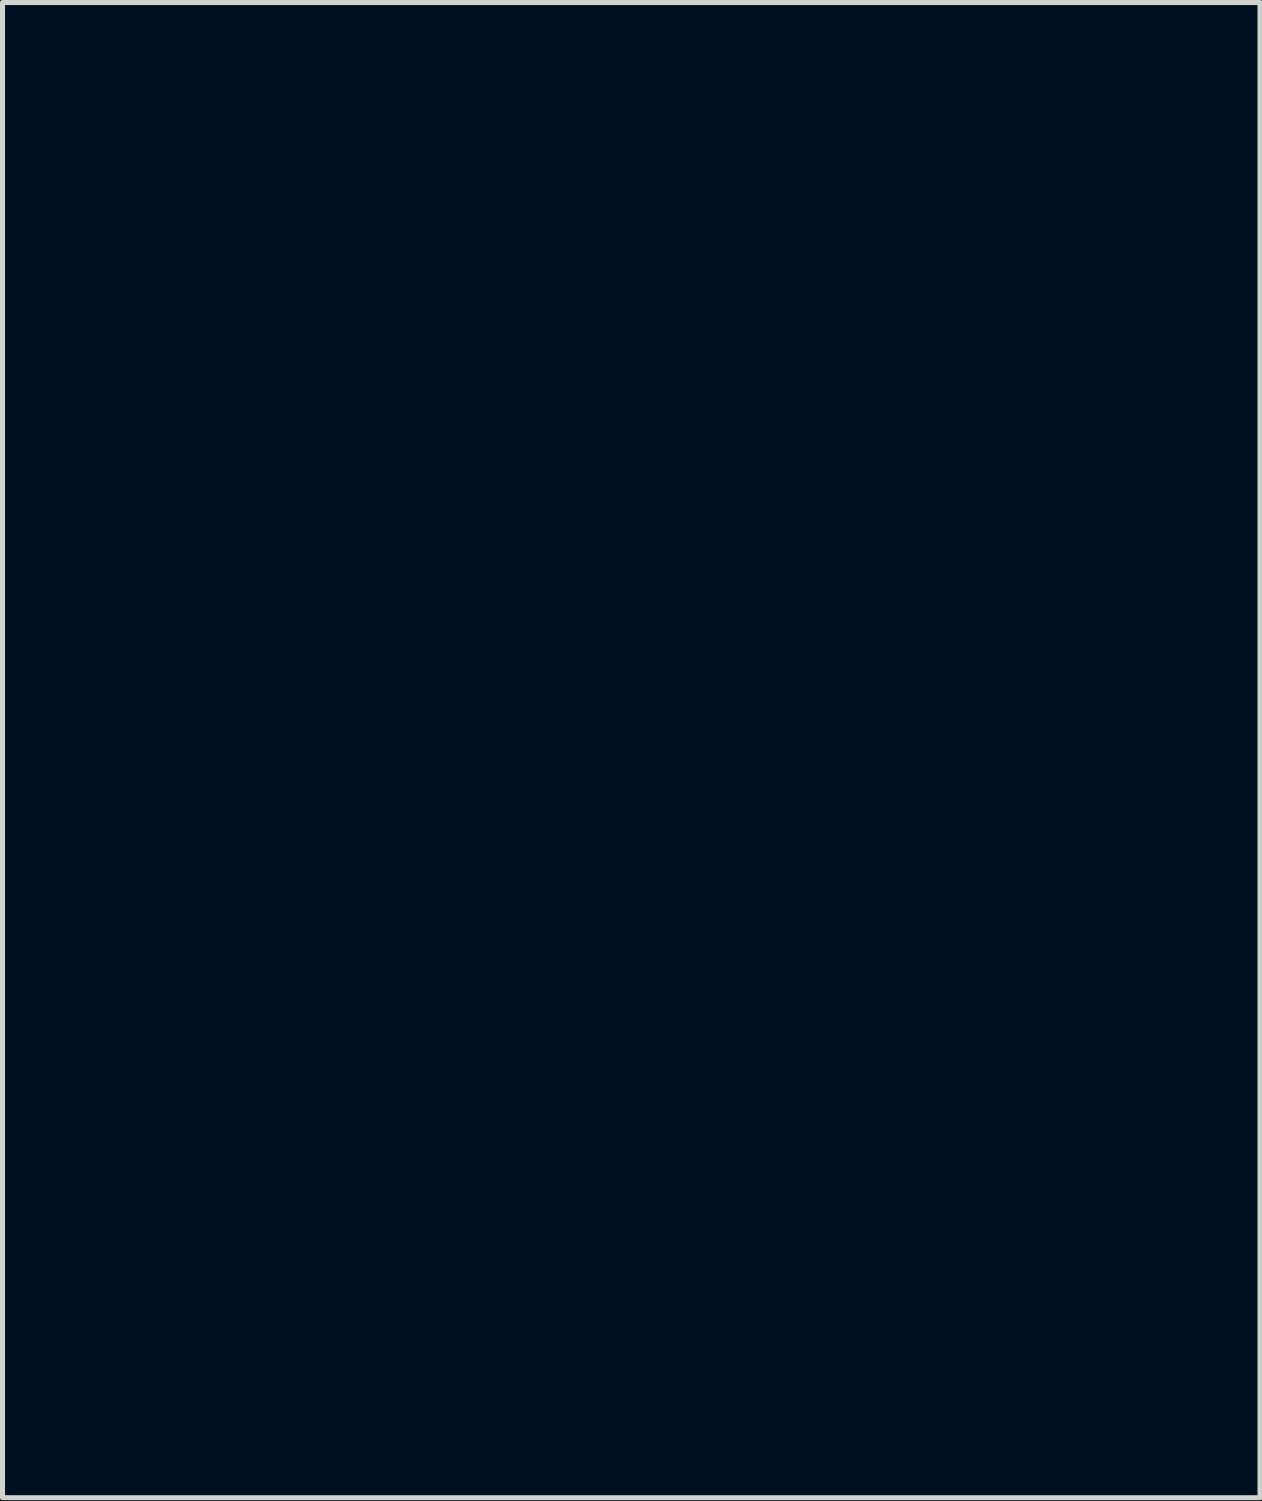
<source format=kicad_pcb>
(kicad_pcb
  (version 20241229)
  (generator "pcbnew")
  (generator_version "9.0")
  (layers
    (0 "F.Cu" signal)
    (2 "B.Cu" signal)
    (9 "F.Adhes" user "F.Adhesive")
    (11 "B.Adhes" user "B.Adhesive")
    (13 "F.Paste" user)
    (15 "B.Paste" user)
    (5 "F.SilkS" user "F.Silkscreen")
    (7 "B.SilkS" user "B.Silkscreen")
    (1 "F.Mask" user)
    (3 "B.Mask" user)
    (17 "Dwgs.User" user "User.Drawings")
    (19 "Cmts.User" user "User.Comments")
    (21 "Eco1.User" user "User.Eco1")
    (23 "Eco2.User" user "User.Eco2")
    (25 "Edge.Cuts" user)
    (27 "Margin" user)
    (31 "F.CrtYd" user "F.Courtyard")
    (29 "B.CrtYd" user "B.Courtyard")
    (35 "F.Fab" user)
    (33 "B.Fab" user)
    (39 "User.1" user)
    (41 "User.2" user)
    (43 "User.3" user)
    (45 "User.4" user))
  (footprint "blomster"
    (layer "F.Cu")
    (at 10.438 23.323)
    (property "Reference" "blomster" (at 0 -0.5 0) (unlocked yes) (layer "User.1") (effects (font (size 1 1) (thickness 0.15))))
    (fp_line (start -10.289 -14.593) (end -10.313 -14.596) (stroke (width 0.125) (type solid)) (layer "F.Mask"))
    (fp_line (start -10.289 -14.593) (end -10.313 -14.596) (stroke (width 0.125) (type solid)) (layer "F.Mask"))
    (fp_line (start -8.573 -7.731) (end -8.567 -7.728) (stroke (width 0.125) (type solid)) (layer "F.Mask"))
    (fp_line (start -8.573 -7.731) (end -8.567 -7.728) (stroke (width 0.125) (type solid)) (layer "F.Mask"))
    (fp_line (start -8.535 -7.712) (end -8.686 -7.712) (stroke (width 0.125) (type solid)) (layer "F.Mask"))
    (fp_line (start -8.3 -7.447) (end -7.904 -7.447) (stroke (width 0.125) (type solid)) (layer "F.Mask"))
    (fp_line (start -8.277 -7.597) (end -8.251 -7.586) (stroke (width 0.125) (type solid)) (layer "F.Mask"))
    (fp_line (start -8.132 -7.541) (end -8.102 -7.53) (stroke (width 0.125) (type solid)) (layer "F.Mask"))
    (fp_line (start -8.102 -7.53) (end -8.055 -7.512) (stroke (width 0.125) (type solid)) (layer "F.Mask"))
    (fp_line (start -8.035 -7.503) (end -7.982 -7.482) (stroke (width 0.125) (type solid)) (layer "F.Mask"))
    (fp_line (start -7.72 -16.591) (end -7.724 -16.591) (stroke (width 0.125) (type solid)) (layer "F.Mask"))
    (fp_line (start -7.72 -16.591) (end -7.724 -16.591) (stroke (width 0.125) (type solid)) (layer "F.Mask"))
    (fp_line (start -7.507 -7.146) (end -7.5 -7.147) (stroke (width 0.125) (type solid)) (layer "F.Mask"))
    (fp_line (start -7.507 -7.146) (end -7.5 -7.147) (stroke (width 0.125) (type solid)) (layer "F.Mask"))
    (fp_line (start -7.501 -7.141) (end -7.501 -7.138) (stroke (width 0.125) (type solid)) (layer "F.Mask"))
    (fp_line (start -7.501 -7.141) (end -7.501 -7.138) (stroke (width 0.125) (type solid)) (layer "F.Mask"))
    (fp_line (start -7.501 -7.138) (end -7.507 -7.146) (stroke (width 0.125) (type solid)) (layer "F.Mask"))
    (fp_line (start -7.501 -7.138) (end -7.507 -7.146) (stroke (width 0.125) (type solid)) (layer "F.Mask"))
    (fp_line (start -7.496 -7.148) (end -7.457 -7.153) (stroke (width 0.125) (type solid)) (layer "F.Mask"))
    (fp_line (start -7.496 -7.148) (end -7.457 -7.153) (stroke (width 0.125) (type solid)) (layer "F.Mask"))
    (fp_line (start -6.692 -7.447) (end -6.637 -7.447) (stroke (width 0.125) (type solid)) (layer "F.Mask"))
    (fp_line (start -6.621 -7.712) (end -6.767 -7.712) (stroke (width 0.125) (type solid)) (layer "F.Mask"))
    (fp_line (start -5.396 -16.268) (end -5.939 -15.954) (stroke (width 0.125) (type solid)) (layer "F.Mask"))
    (fp_line (start -5.396 -16.268) (end -5.939 -15.954) (stroke (width 0.125) (type solid)) (layer "F.Mask"))
    (fp_line (start -4.835 -21.471) (end -4.891 -22.585) (stroke (width 0.125) (type solid)) (layer "F.Mask"))
    (fp_line (start -4.835 -21.471) (end -4.891 -22.585) (stroke (width 0.125) (type solid)) (layer "F.Mask"))
    (fp_line (start -2.077 -7.815) (end -2.07 -7.817) (stroke (width 0.125) (type solid)) (layer "F.Mask"))
    (fp_line (start -2.077 -7.815) (end -2.069 -7.817) (stroke (width 0.125) (type solid)) (layer "F.Mask"))
    (fp_line (start -2.07 -7.817) (end -2.069 -7.817) (stroke (width 0.125) (type solid)) (layer "F.Mask"))
    (fp_line (start -2.069 -7.817) (end -2.046 -7.819) (stroke (width 0.125) (type solid)) (layer "F.Mask"))
    (fp_line (start -2.069 -7.817) (end -2.046 -7.819) (stroke (width 0.125) (type solid)) (layer "F.Mask"))
    (fp_line (start -0.401 -11.208) (end -0.377 -11.207) (stroke (width 0.125) (type solid)) (layer "F.Mask"))
    (fp_line (start -0.378 -11.207) (end -0.401 -11.208) (stroke (width 0.125) (type solid)) (layer "F.Mask"))
    (fp_line (start 3.847 -11.994) (end 3.862 -11.993) (stroke (width 0.125) (type solid)) (layer "F.Mask"))
    (fp_line (start 3.847 -11.994) (end 3.862 -11.993) (stroke (width 0.125) (type solid)) (layer "F.Mask"))
    (fp_line (start 5.382 -13.661) (end 5.39 -13.668) (stroke (width 0.125) (type solid)) (layer "F.Mask"))
    (fp_line (start 5.382 -13.661) (end 5.39 -13.668) (stroke (width 0.125) (type solid)) (layer "F.Mask"))
    (fp_line (start 7.922 -12.94) (end 6.793 -12.622) (stroke (width 0.125) (type solid)) (layer "F.Mask"))
    (fp_line (start 7.922 -12.94) (end 6.793 -12.622) (stroke (width 0.125) (type solid)) (layer "F.Mask"))
    (fp_arc (start -5.430989 -8.781522) (mid -5.434272 -8.730759) (end -5.438923 -8.680102) (stroke (width 0.125) (type solid)) (layer "F.Mask"))
    (fp_arc (start -5.430989 -8.781522) (mid -5.434272 -8.730759) (end -5.438923 -8.680102) (stroke (width 0.125) (type solid)) (layer "F.Mask"))
    (fp_arc (start -2.931584 -9.392709) (mid -2.861416 -9.296226) (end -2.796649 -9.196037) (stroke (width 0.125) (type solid)) (layer "F.Mask"))
    (fp_arc (start -2.931584 -9.392709) (mid -2.861416 -9.296226) (end -2.796649 -9.196037) (stroke (width 0.125) (type solid)) (layer "F.Mask"))
    (fp_arc (start -2.796649 -9.196037) (mid -2.762014 -9.136692) (end -2.72962 -9.076094) (stroke (width 0.125) (type solid)) (layer "F.Mask"))
    (fp_arc (start -2.796649 -9.196037) (mid -2.762014 -9.136692) (end -2.72962 -9.076094) (stroke (width 0.125) (type solid)) (layer "F.Mask"))
    (fp_curve (pts (xy -10.367 -14.804) (xy -10.393 -14.737) (xy -10.363 -14.615) (xy -10.289 -14.593)) (stroke (width 0.125) (type solid)) (layer "F.Mask"))
    (fp_curve (pts (xy -10.367 -14.804) (xy -10.393 -14.737) (xy -10.363 -14.615) (xy -10.289 -14.593)) (stroke (width 0.125) (type solid)) (layer "F.Mask"))
    (fp_curve (pts (xy -10.313 -14.596) (xy -10.278 -13.799) (xy -9.283 -13.845) (xy -8.733 -13.62)) (stroke (width 0.125) (type solid)) (layer "F.Mask"))
    (fp_curve (pts (xy -10.313 -14.596) (xy -10.278 -13.799) (xy -9.283 -13.845) (xy -8.733 -13.62)) (stroke (width 0.125) (type solid)) (layer "F.Mask"))
    (fp_curve (pts (xy -10.297 -16.437) (xy -10.375 -15.933) (xy -10.078 -15.337) (xy -10.367 -14.804)) (stroke (width 0.125) (type solid)) (layer "F.Mask"))
    (fp_curve (pts (xy -10.297 -16.437) (xy -10.375 -15.933) (xy -10.078 -15.337) (xy -10.367 -14.804)) (stroke (width 0.125) (type solid)) (layer "F.Mask"))
    (fp_curve (pts (xy -10.289 -14.593) (xy -9.959 -16.489) (xy -10.57 -16.936) (xy -8.407 -16.632)) (stroke (width 0.125) (type solid)) (layer "F.Mask"))
    (fp_curve (pts (xy -10.289 -14.593) (xy -9.959 -16.489) (xy -10.57 -16.936) (xy -8.407 -16.632)) (stroke (width 0.125) (type solid)) (layer "F.Mask"))
    (fp_curve (pts (xy -9.815 -17.089) (xy -9.325 -18.357) (xy -8.503 -18.785) (xy -7.32 -17.926)) (stroke (width 0.125) (type solid)) (layer "F.Mask"))
    (fp_curve (pts (xy -9.815 -17.089) (xy -9.325 -18.357) (xy -8.503 -18.785) (xy -7.32 -17.926)) (stroke (width 0.125) (type solid)) (layer "F.Mask"))
    (fp_curve (pts (xy -9.36 -14.271) (xy -9.019 -14.448) (xy -8.747 -14.739) (xy -8.382 -14.878)) (stroke (width 0.125) (type solid)) (layer "F.Mask"))
    (fp_curve (pts (xy -9.36 -14.271) (xy -9.019 -14.448) (xy -8.747 -14.739) (xy -8.382 -14.878)) (stroke (width 0.125) (type solid)) (layer "F.Mask"))
    (fp_curve (pts (xy -9.172 -9.222) (xy -9.161 -9.301) (xy -9.145 -9.382) (xy -9.125 -9.466)) (stroke (width 0.125) (type solid)) (layer "F.Mask"))
    (fp_curve (pts (xy -9.172 -9.222) (xy -9.161 -9.301) (xy -9.145 -9.382) (xy -9.125 -9.466)) (stroke (width 0.125) (type solid)) (layer "F.Mask"))
    (fp_curve (pts (xy -9.125 -9.466) (xy -8.797 -9.655) (xy -8.485 -10.028) (xy -8.18 -10.414)) (stroke (width 0.125) (type solid)) (layer "F.Mask"))
    (fp_curve (pts (xy -9.125 -9.466) (xy -8.797 -9.655) (xy -8.485 -10.028) (xy -8.18 -10.414)) (stroke (width 0.125) (type solid)) (layer "F.Mask"))
    (fp_curve (pts (xy -9.106 -8.311) (xy -9.148 -8.425) (xy -9.176 -8.548) (xy -9.19 -8.68)) (stroke (width 0.125) (type solid)) (layer "F.Mask"))
    (fp_curve (pts (xy -9.106 -8.311) (xy -9.148 -8.425) (xy -9.176 -8.548) (xy -9.19 -8.68)) (stroke (width 0.125) (type solid)) (layer "F.Mask"))
    (fp_curve (pts (xy -9.073 -8.227) (xy -9.084 -8.254) (xy -9.095 -8.282) (xy -9.106 -8.311)) (stroke (width 0.125) (type solid)) (layer "F.Mask"))
    (fp_curve (pts (xy -9.073 -8.227) (xy -9.084 -8.254) (xy -9.095 -8.282) (xy -9.106 -8.311)) (stroke (width 0.125) (type solid)) (layer "F.Mask"))
    (fp_curve (pts (xy -9.003 -8.268) (xy -9.001 -8.261) (xy -8.998 -8.254) (xy -8.997 -8.248)) (stroke (width 0.125) (type solid)) (layer "F.Mask"))
    (fp_curve (pts (xy -9.003 -8.268) (xy -9.001 -8.261) (xy -8.998 -8.254) (xy -8.997 -8.248)) (stroke (width 0.125) (type solid)) (layer "F.Mask"))
    (fp_curve (pts (xy -8.997 -8.248) (xy -8.991 -8.225) (xy -8.984 -8.203) (xy -8.977 -8.182)) (stroke (width 0.125) (type solid)) (layer "F.Mask"))
    (fp_curve (pts (xy -8.997 -8.248) (xy -8.991 -8.225) (xy -8.984 -8.203) (xy -8.977 -8.182)) (stroke (width 0.125) (type solid)) (layer "F.Mask"))
    (fp_curve (pts (xy -8.977 -8.182) (xy -8.972 -8.168) (xy -8.966 -8.154) (xy -8.96 -8.14)) (stroke (width 0.125) (type solid)) (layer "F.Mask"))
    (fp_curve (pts (xy -8.977 -8.182) (xy -8.972 -8.168) (xy -8.966 -8.154) (xy -8.96 -8.14)) (stroke (width 0.125) (type solid)) (layer "F.Mask"))
    (fp_curve (pts (xy -8.96 -8.14) (xy -8.955 -8.128) (xy -8.951 -8.116) (xy -8.945 -8.104)) (stroke (width 0.125) (type solid)) (layer "F.Mask"))
    (fp_curve (pts (xy -8.96 -8.14) (xy -8.955 -8.128) (xy -8.951 -8.116) (xy -8.945 -8.104)) (stroke (width 0.125) (type solid)) (layer "F.Mask"))
    (fp_curve (pts (xy -8.945 -8.104) (xy -8.936 -8.086) (xy -8.926 -8.068) (xy -8.916 -8.05)) (stroke (width 0.125) (type solid)) (layer "F.Mask"))
    (fp_curve (pts (xy -8.945 -8.104) (xy -8.936 -8.086) (xy -8.926 -8.068) (xy -8.916 -8.05)) (stroke (width 0.125) (type solid)) (layer "F.Mask"))
    (fp_curve (pts (xy -8.939 -9.146) (xy -9.043 -8.76) (xy -9.054 -8.479) (xy -9.003 -8.268)) (stroke (width 0.125) (type solid)) (layer "F.Mask"))
    (fp_curve (pts (xy -8.939 -9.146) (xy -9.043 -8.76) (xy -9.054 -8.479) (xy -9.003 -8.268)) (stroke (width 0.125) (type solid)) (layer "F.Mask"))
    (fp_curve (pts (xy -8.916 -8.05) (xy -8.912 -8.045) (xy -8.909 -8.039) (xy -8.906 -8.034)) (stroke (width 0.125) (type solid)) (layer "F.Mask"))
    (fp_curve (pts (xy -8.916 -8.05) (xy -8.912 -8.045) (xy -8.909 -8.039) (xy -8.906 -8.034)) (stroke (width 0.125) (type solid)) (layer "F.Mask"))
    (fp_curve (pts (xy -8.906 -8.034) (xy -8.894 -8.013) (xy -8.879 -7.994) (xy -8.865 -7.975)) (stroke (width 0.125) (type solid)) (layer "F.Mask"))
    (fp_curve (pts (xy -8.906 -8.034) (xy -8.894 -8.013) (xy -8.879 -7.994) (xy -8.865 -7.975)) (stroke (width 0.125) (type solid)) (layer "F.Mask"))
    (fp_curve (pts (xy -8.878 -9.233) (xy -8.898 -9.203) (xy -8.919 -9.174) (xy -8.939 -9.146)) (stroke (width 0.125) (type solid)) (layer "F.Mask"))
    (fp_curve (pts (xy -8.878 -9.233) (xy -8.898 -9.203) (xy -8.919 -9.174) (xy -8.939 -9.146)) (stroke (width 0.125) (type solid)) (layer "F.Mask"))
    (fp_curve (pts (xy -8.865 -7.975) (xy -8.864 -7.973) (xy -8.863 -7.971) (xy -8.862 -7.969)) (stroke (width 0.125) (type solid)) (layer "F.Mask"))
    (fp_curve (pts (xy -8.865 -7.975) (xy -8.864 -7.973) (xy -8.863 -7.971) (xy -8.862 -7.969)) (stroke (width 0.125) (type solid)) (layer "F.Mask"))
    (fp_curve (pts (xy -8.862 -7.969) (xy -8.846 -7.949) (xy -8.829 -7.93) (xy -8.812 -7.912)) (stroke (width 0.125) (type solid)) (layer "F.Mask"))
    (fp_curve (pts (xy -8.862 -7.969) (xy -8.846 -7.949) (xy -8.829 -7.93) (xy -8.812 -7.912)) (stroke (width 0.125) (type solid)) (layer "F.Mask"))
    (fp_curve (pts (xy -8.812 -7.912) (xy -8.812 -7.912) (xy -8.812 -7.912) (xy -8.812 -7.911)) (stroke (width 0.125) (type solid)) (layer "F.Mask"))
    (fp_curve (pts (xy -8.812 -7.912) (xy -8.812 -7.912) (xy -8.812 -7.912) (xy -8.812 -7.911)) (stroke (width 0.125) (type solid)) (layer "F.Mask"))
    (fp_curve (pts (xy -8.812 -7.911) (xy -8.759 -7.856) (xy -8.699 -7.81) (xy -8.634 -7.768)) (stroke (width 0.125) (type solid)) (layer "F.Mask"))
    (fp_curve (pts (xy -8.812 -7.911) (xy -8.759 -7.856) (xy -8.699 -7.81) (xy -8.634 -7.768)) (stroke (width 0.125) (type solid)) (layer "F.Mask"))
    (fp_curve (pts (xy -8.783 -18.576) (xy -9.189 -18.337) (xy -9.971 -17.54) (xy -9.815 -17.089)) (stroke (width 0.125) (type solid)) (layer "F.Mask"))
    (fp_curve (pts (xy -8.783 -18.575) (xy -9.189 -18.336) (xy -9.971 -17.54) (xy -9.815 -17.089)) (stroke (width 0.125) (type solid)) (layer "F.Mask"))
    (fp_curve (pts (xy -8.771 -7.79) (xy -8.898 -7.917) (xy -9 -8.063) (xy -9.073 -8.227)) (stroke (width 0.125) (type solid)) (layer "F.Mask"))
    (fp_curve (pts (xy -8.733 -13.62) (xy -9.089 -14.111) (xy -9.979 -13.69) (xy -10.289 -14.593)) (stroke (width 0.125) (type solid)) (layer "F.Mask"))
    (fp_curve (pts (xy -8.733 -13.62) (xy -9.089 -14.111) (xy -9.979 -13.69) (xy -10.289 -14.593)) (stroke (width 0.125) (type solid)) (layer "F.Mask"))
    (fp_curve (pts (xy -8.732 -13.625) (xy -8.413 -13.413) (xy -8.117 -13.102) (xy -7.688 -13.42)) (stroke (width 0.125) (type solid)) (layer "F.Mask"))
    (fp_curve (pts (xy -8.732 -13.625) (xy -8.413 -13.413) (xy -8.117 -13.102) (xy -7.688 -13.42)) (stroke (width 0.125) (type solid)) (layer "F.Mask"))
    (fp_curve (pts (xy -8.686 -7.712) (xy -8.715 -7.736) (xy -8.744 -7.763) (xy -8.771 -7.79)) (stroke (width 0.125) (type solid)) (layer "F.Mask"))
    (fp_curve (pts (xy -8.635 -7.668) (xy -8.683 -7.706) (xy -8.729 -7.747) (xy -8.771 -7.79)) (stroke (width 0.125) (type solid)) (layer "F.Mask"))
    (fp_curve (pts (xy -8.634 -7.768) (xy -8.614 -7.755) (xy -8.593 -7.743) (xy -8.573 -7.731)) (stroke (width 0.125) (type solid)) (layer "F.Mask"))
    (fp_curve (pts (xy -8.634 -7.768) (xy -8.614 -7.755) (xy -8.593 -7.743) (xy -8.573 -7.731)) (stroke (width 0.125) (type solid)) (layer "F.Mask"))
    (fp_curve (pts (xy -8.579 -18.695) (xy -8.412 -19.449) (xy -8.248 -20.278) (xy -7.385 -20.498)) (stroke (width 0.125) (type solid)) (layer "F.Mask"))
    (fp_curve (pts (xy -8.579 -18.695) (xy -8.412 -19.449) (xy -8.248 -20.279) (xy -7.385 -20.498)) (stroke (width 0.125) (type solid)) (layer "F.Mask"))
    (fp_curve (pts (xy -8.567 -7.728) (xy -8.557 -7.722) (xy -8.546 -7.717) (xy -8.535 -7.712)) (stroke (width 0.125) (type solid)) (layer "F.Mask"))
    (fp_curve (pts (xy -8.567 -7.728) (xy -8.548 -7.718) (xy -8.528 -7.708) (xy -8.508 -7.698)) (stroke (width 0.125) (type solid)) (layer "F.Mask"))
    (fp_curve (pts (xy -8.508 -7.698) (xy -8.505 -7.696) (xy -8.501 -7.694) (xy -8.498 -7.692)) (stroke (width 0.125) (type solid)) (layer "F.Mask"))
    (fp_curve (pts (xy -8.498 -7.692) (xy -8.48 -7.684) (xy -8.462 -7.676) (xy -8.444 -7.668)) (stroke (width 0.125) (type solid)) (layer "F.Mask"))
    (fp_curve (pts (xy -8.483 -7.556) (xy -8.536 -7.592) (xy -8.587 -7.629) (xy -8.635 -7.668)) (stroke (width 0.125) (type solid)) (layer "F.Mask"))
    (fp_curve (pts (xy -8.444 -7.668) (xy -8.438 -7.665) (xy -8.432 -7.661) (xy -8.426 -7.659)) (stroke (width 0.125) (type solid)) (layer "F.Mask"))
    (fp_curve (pts (xy -8.426 -7.659) (xy -8.41 -7.652) (xy -8.394 -7.646) (xy -8.378 -7.639)) (stroke (width 0.125) (type solid)) (layer "F.Mask"))
    (fp_curve (pts (xy -8.407 -16.632) (xy -8.739 -17.095) (xy -9.903 -16.762) (xy -10.297 -16.437)) (stroke (width 0.125) (type solid)) (layer "F.Mask"))
    (fp_curve (pts (xy -8.407 -16.632) (xy -8.739 -17.095) (xy -9.903 -16.762) (xy -10.297 -16.437)) (stroke (width 0.125) (type solid)) (layer "F.Mask"))
    (fp_curve (pts (xy -8.401 -7.504) (xy -8.429 -7.521) (xy -8.456 -7.539) (xy -8.483 -7.556)) (stroke (width 0.125) (type solid)) (layer "F.Mask"))
    (fp_curve (pts (xy -8.382 -14.878) (xy -8.791 -14.811) (xy -9.114 -14.603) (xy -9.36 -14.271)) (stroke (width 0.125) (type solid)) (layer "F.Mask"))
    (fp_curve (pts (xy -8.382 -14.878) (xy -8.791 -14.811) (xy -9.114 -14.603) (xy -9.36 -14.271)) (stroke (width 0.125) (type solid)) (layer "F.Mask"))
    (fp_curve (pts (xy -8.378 -7.639) (xy -8.37 -7.635) (xy -8.361 -7.631) (xy -8.352 -7.627)) (stroke (width 0.125) (type solid)) (layer "F.Mask"))
    (fp_curve (pts (xy -8.352 -7.627) (xy -8.34 -7.622) (xy -8.326 -7.616) (xy -8.313 -7.611)) (stroke (width 0.125) (type solid)) (layer "F.Mask"))
    (fp_curve (pts (xy -8.313 -7.611) (xy -8.301 -7.607) (xy -8.289 -7.601) (xy -8.277 -7.597)) (stroke (width 0.125) (type solid)) (layer "F.Mask"))
    (fp_curve (pts (xy -8.251 -7.586) (xy -8.217 -7.574) (xy -8.184 -7.562) (xy -8.152 -7.549)) (stroke (width 0.125) (type solid)) (layer "F.Mask"))
    (fp_curve (pts (xy -8.18 -10.414) (xy -8.13 -10.478) (xy -8.079 -10.544) (xy -8.028 -10.608)) (stroke (width 0.125) (type solid)) (layer "F.Mask"))
    (fp_curve (pts (xy -8.18 -10.414) (xy -8.13 -10.478) (xy -8.079 -10.544) (xy -8.028 -10.608)) (stroke (width 0.125) (type solid)) (layer "F.Mask"))
    (fp_curve (pts (xy -8.152 -7.549) (xy -8.145 -7.546) (xy -8.138 -7.543) (xy -8.132 -7.541)) (stroke (width 0.125) (type solid)) (layer "F.Mask"))
    (fp_curve (pts (xy -8.139 -17.355) (xy -8.1 -17.047) (xy -7.958 -16.776) (xy -7.724 -16.591)) (stroke (width 0.125) (type solid)) (layer "F.Mask"))
    (fp_curve (pts (xy -8.139 -17.355) (xy -8.1 -17.047) (xy -7.958 -16.776) (xy -7.724 -16.591)) (stroke (width 0.125) (type solid)) (layer "F.Mask"))
    (fp_curve (pts (xy -8.133 -7.364) (xy -8.191 -7.391) (xy -8.246 -7.418) (xy -8.3 -7.447)) (stroke (width 0.125) (type solid)) (layer "F.Mask"))
    (fp_curve (pts (xy -8.055 -7.512) (xy -8.048 -7.509) (xy -8.042 -7.505) (xy -8.035 -7.503)) (stroke (width 0.125) (type solid)) (layer "F.Mask"))
    (fp_curve (pts (xy -8.028 -10.608) (xy -8.004 -10.64) (xy -7.978 -10.672) (xy -7.953 -10.704)) (stroke (width 0.125) (type solid)) (layer "F.Mask"))
    (fp_curve (pts (xy -8.028 -10.608) (xy -8.004 -10.64) (xy -7.978 -10.672) (xy -7.953 -10.704)) (stroke (width 0.125) (type solid)) (layer "F.Mask"))
    (fp_curve (pts (xy -7.982 -7.482) (xy -7.975 -7.479) (xy -7.97 -7.476) (xy -7.965 -7.474)) (stroke (width 0.125) (type solid)) (layer "F.Mask"))
    (fp_curve (pts (xy -7.965 -7.474) (xy -7.946 -7.467) (xy -7.928 -7.459) (xy -7.909 -7.45)) (stroke (width 0.125) (type solid)) (layer "F.Mask"))
    (fp_curve (pts (xy -7.962 -10.541) (xy -8.31 -10.134) (xy -8.595 -9.638) (xy -8.878 -9.233)) (stroke (width 0.125) (type solid)) (layer "F.Mask"))
    (fp_curve (pts (xy -7.962 -10.541) (xy -8.31 -10.134) (xy -8.595 -9.638) (xy -8.878 -9.233)) (stroke (width 0.125) (type solid)) (layer "F.Mask"))
    (fp_curve (pts (xy -7.953 -10.704) (xy -7.874 -10.805) (xy -7.796 -10.903) (xy -7.717 -10.996)) (stroke (width 0.125) (type solid)) (layer "F.Mask"))
    (fp_curve (pts (xy -7.953 -10.704) (xy -7.874 -10.805) (xy -7.796 -10.903) (xy -7.717 -10.996)) (stroke (width 0.125) (type solid)) (layer "F.Mask"))
    (fp_curve (pts (xy -7.909 -7.45) (xy -7.905 -7.448) (xy -7.9 -7.445) (xy -7.896 -7.444)) (stroke (width 0.125) (type solid)) (layer "F.Mask"))
    (fp_curve (pts (xy -7.904 -7.447) (xy -7.901 -7.446) (xy -7.899 -7.444) (xy -7.896 -7.444)) (stroke (width 0.125) (type solid)) (layer "F.Mask"))
    (fp_curve (pts (xy -7.896 -7.444) (xy -7.878 -7.435) (xy -7.859 -7.426) (xy -7.84 -7.416)) (stroke (width 0.125) (type solid)) (layer "F.Mask"))
    (fp_curve (pts (xy -7.896 -7.444) (xy -7.878 -7.435) (xy -7.859 -7.426) (xy -7.84 -7.416)) (stroke (width 0.125) (type solid)) (layer "F.Mask"))
    (fp_curve (pts (xy -7.84 -7.416) (xy -7.836 -7.415) (xy -7.832 -7.412) (xy -7.827 -7.409)) (stroke (width 0.125) (type solid)) (layer "F.Mask"))
    (fp_curve (pts (xy -7.84 -7.416) (xy -7.836 -7.415) (xy -7.832 -7.412) (xy -7.827 -7.409)) (stroke (width 0.125) (type solid)) (layer "F.Mask"))
    (fp_curve (pts (xy -7.81 -20.424) (xy -8.597 -20) (xy -8.454 -19.265) (xy -8.783 -18.575)) (stroke (width 0.125) (type solid)) (layer "F.Mask"))
    (fp_curve (pts (xy -7.81 -20.424) (xy -8.596 -20) (xy -8.454 -19.265) (xy -8.783 -18.576)) (stroke (width 0.125) (type solid)) (layer "F.Mask"))
    (fp_curve (pts (xy -7.774 -7.381) (xy -7.769 -7.377) (xy -7.765 -7.375) (xy -7.759 -7.371)) (stroke (width 0.125) (type solid)) (layer "F.Mask"))
    (fp_curve (pts (xy -7.774 -7.381) (xy -7.769 -7.377) (xy -7.765 -7.375) (xy -7.759 -7.371)) (stroke (width 0.125) (type solid)) (layer "F.Mask"))
    (fp_curve (pts (xy -7.759 -7.371) (xy -7.743 -7.362) (xy -7.727 -7.352) (xy -7.712 -7.342)) (stroke (width 0.125) (type solid)) (layer "F.Mask"))
    (fp_curve (pts (xy -7.759 -7.371) (xy -7.743 -7.362) (xy -7.727 -7.352) (xy -7.712 -7.342)) (stroke (width 0.125) (type solid)) (layer "F.Mask"))
    (fp_curve (pts (xy -7.724 -16.591) (xy -7.755 -16.906) (xy -8.077 -17.057) (xy -8.139 -17.355)) (stroke (width 0.125) (type solid)) (layer "F.Mask"))
    (fp_curve (pts (xy -7.724 -16.591) (xy -7.755 -16.906) (xy -8.077 -17.057) (xy -8.139 -17.355)) (stroke (width 0.125) (type solid)) (layer "F.Mask"))
    (fp_curve (pts (xy -7.724 -16.591) (xy -7.722 -16.59) (xy -7.72 -16.59) (xy -7.719 -16.589)) (stroke (width 0.125) (type solid)) (layer "F.Mask"))
    (fp_curve (pts (xy -7.724 -16.591) (xy -7.722 -16.59) (xy -7.72 -16.59) (xy -7.719 -16.589)) (stroke (width 0.125) (type solid)) (layer "F.Mask"))
    (fp_curve (pts (xy -7.719 -16.589) (xy -7.719 -16.59) (xy -7.719 -16.591) (xy -7.72 -16.591)) (stroke (width 0.125) (type solid)) (layer "F.Mask"))
    (fp_curve (pts (xy -7.719 -16.589) (xy -7.719 -16.59) (xy -7.719 -16.591) (xy -7.72 -16.591)) (stroke (width 0.125) (type solid)) (layer "F.Mask"))
    (fp_curve (pts (xy -7.719 -16.589) (xy -7.479 -16.128) (xy -6.633 -16.621) (xy -6.195 -16.575)) (stroke (width 0.125) (type solid)) (layer "F.Mask"))
    (fp_curve (pts (xy -7.719 -16.589) (xy -7.479 -16.128) (xy -6.633 -16.621) (xy -6.195 -16.575)) (stroke (width 0.125) (type solid)) (layer "F.Mask"))
    (fp_curve (pts (xy -7.717 -10.996) (xy -7.674 -11.047) (xy -7.631 -11.098) (xy -7.587 -11.145)) (stroke (width 0.125) (type solid)) (layer "F.Mask"))
    (fp_curve (pts (xy -7.717 -10.996) (xy -7.674 -11.047) (xy -7.631 -11.098) (xy -7.587 -11.145)) (stroke (width 0.125) (type solid)) (layer "F.Mask"))
    (fp_curve (pts (xy -7.712 -7.342) (xy -7.705 -7.337) (xy -7.698 -7.332) (xy -7.691 -7.327)) (stroke (width 0.125) (type solid)) (layer "F.Mask"))
    (fp_curve (pts (xy -7.712 -7.342) (xy -7.705 -7.337) (xy -7.698 -7.332) (xy -7.691 -7.327)) (stroke (width 0.125) (type solid)) (layer "F.Mask"))
    (fp_curve (pts (xy -7.691 -7.327) (xy -7.679 -7.318) (xy -7.666 -7.31) (xy -7.654 -7.3)) (stroke (width 0.125) (type solid)) (layer "F.Mask"))
    (fp_curve (pts (xy -7.691 -7.327) (xy -7.679 -7.318) (xy -7.666 -7.31) (xy -7.654 -7.3)) (stroke (width 0.125) (type solid)) (layer "F.Mask"))
    (fp_curve (pts (xy -7.688 -13.42) (xy -7.268 -13.436) (xy -5.995 -12.974) (xy -5.769 -13.611)) (stroke (width 0.125) (type solid)) (layer "F.Mask"))
    (fp_curve (pts (xy -7.688 -13.42) (xy -7.268 -13.436) (xy -5.995 -12.974) (xy -5.769 -13.611)) (stroke (width 0.125) (type solid)) (layer "F.Mask"))
    (fp_curve (pts (xy -7.686 -13.55) (xy -8.065 -13.167) (xy -8.378 -13.657) (xy -8.732 -13.625)) (stroke (width 0.125) (type solid)) (layer "F.Mask"))
    (fp_curve (pts (xy -7.686 -13.55) (xy -8.065 -13.167) (xy -8.378 -13.657) (xy -8.732 -13.625)) (stroke (width 0.125) (type solid)) (layer "F.Mask"))
    (fp_curve (pts (xy -7.654 -7.3) (xy -7.644 -7.292) (xy -7.635 -7.284) (xy -7.625 -7.276)) (stroke (width 0.125) (type solid)) (layer "F.Mask"))
    (fp_curve (pts (xy -7.654 -7.3) (xy -7.644 -7.292) (xy -7.635 -7.284) (xy -7.625 -7.276)) (stroke (width 0.125) (type solid)) (layer "F.Mask"))
    (fp_curve (pts (xy -7.625 -7.276) (xy -7.616 -7.268) (xy -7.608 -7.261) (xy -7.6 -7.253)) (stroke (width 0.125) (type solid)) (layer "F.Mask"))
    (fp_curve (pts (xy -7.625 -7.276) (xy -7.616 -7.268) (xy -7.608 -7.261) (xy -7.6 -7.253)) (stroke (width 0.125) (type solid)) (layer "F.Mask"))
    (fp_curve (pts (xy -7.6 -7.253) (xy -7.586 -7.241) (xy -7.574 -7.228) (xy -7.562 -7.214)) (stroke (width 0.125) (type solid)) (layer "F.Mask"))
    (fp_curve (pts (xy -7.6 -7.253) (xy -7.586 -7.241) (xy -7.574 -7.228) (xy -7.562 -7.214)) (stroke (width 0.125) (type solid)) (layer "F.Mask"))
    (fp_curve (pts (xy -7.587 -11.145) (xy -7.559 -11.176) (xy -7.532 -11.207) (xy -7.504 -11.236)) (stroke (width 0.125) (type solid)) (layer "F.Mask"))
    (fp_curve (pts (xy -7.587 -11.145) (xy -7.559 -11.176) (xy -7.532 -11.207) (xy -7.504 -11.236)) (stroke (width 0.125) (type solid)) (layer "F.Mask"))
    (fp_curve (pts (xy -7.562 -7.214) (xy -7.558 -7.21) (xy -7.555 -7.206) (xy -7.551 -7.203)) (stroke (width 0.125) (type solid)) (layer "F.Mask"))
    (fp_curve (pts (xy -7.562 -7.214) (xy -7.558 -7.21) (xy -7.555 -7.206) (xy -7.551 -7.203)) (stroke (width 0.125) (type solid)) (layer "F.Mask"))
    (fp_curve (pts (xy -7.551 -7.203) (xy -7.535 -7.184) (xy -7.52 -7.166) (xy -7.507 -7.146)) (stroke (width 0.125) (type solid)) (layer "F.Mask"))
    (fp_curve (pts (xy -7.551 -7.203) (xy -7.535 -7.184) (xy -7.52 -7.166) (xy -7.507 -7.146)) (stroke (width 0.125) (type solid)) (layer "F.Mask"))
    (fp_curve (pts (xy -7.526 -15.405) (xy -6.543 -16.076) (xy -6.527 -16.117) (xy -5.396 -16.268)) (stroke (width 0.125) (type solid)) (layer "F.Mask"))
    (fp_curve (pts (xy -7.526 -15.405) (xy -6.543 -16.076) (xy -6.527 -16.117) (xy -5.396 -16.268)) (stroke (width 0.125) (type solid)) (layer "F.Mask"))
    (fp_curve (pts (xy -7.504 -11.236) (xy -7.451 -11.291) (xy -7.399 -11.342) (xy -7.346 -11.389)) (stroke (width 0.125) (type solid)) (layer "F.Mask"))
    (fp_curve (pts (xy -7.504 -11.236) (xy -7.451 -11.291) (xy -7.399 -11.342) (xy -7.346 -11.389)) (stroke (width 0.125) (type solid)) (layer "F.Mask"))
    (fp_curve (pts (xy -7.501 -7.144) (xy -7.498 -7.143) (xy -7.497 -7.142) (xy -7.495 -7.142)) (stroke (width 0.125) (type solid)) (layer "F.Mask"))
    (fp_curve (pts (xy -7.501 -7.144) (xy -7.498 -7.143) (xy -7.497 -7.142) (xy -7.495 -7.142)) (stroke (width 0.125) (type solid)) (layer "F.Mask"))
    (fp_curve (pts (xy -7.5 -7.147) (xy -7.5 -7.145) (xy -7.5 -7.145) (xy -7.501 -7.144)) (stroke (width 0.125) (type solid)) (layer "F.Mask"))
    (fp_curve (pts (xy -7.5 -7.147) (xy -7.5 -7.145) (xy -7.5 -7.145) (xy -7.501 -7.144)) (stroke (width 0.125) (type solid)) (layer "F.Mask"))
    (fp_curve (pts (xy -7.495 -7.142) (xy -7.496 -7.143) (xy -7.496 -7.145) (xy -7.496 -7.148)) (stroke (width 0.125) (type solid)) (layer "F.Mask"))
    (fp_curve (pts (xy -7.495 -7.142) (xy -7.496 -7.143) (xy -7.496 -7.145) (xy -7.496 -7.148)) (stroke (width 0.125) (type solid)) (layer "F.Mask"))
    (fp_curve (pts (xy -7.417 -18.148) (xy -7.415 -18.066) (xy -8.775 -18.615) (xy -8.579 -18.695)) (stroke (width 0.125) (type solid)) (layer "F.Mask"))
    (fp_curve (pts (xy -7.417 -18.148) (xy -7.415 -18.066) (xy -8.775 -18.615) (xy -8.579 -18.695)) (stroke (width 0.125) (type solid)) (layer "F.Mask"))
    (fp_curve (pts (xy -7.385 -20.498) (xy -6.72 -20.737) (xy -5.779 -20.303) (xy -5.518 -19.644)) (stroke (width 0.125) (type solid)) (layer "F.Mask"))
    (fp_curve (pts (xy -7.385 -20.498) (xy -6.72 -20.737) (xy -5.779 -20.303) (xy -5.518 -19.644)) (stroke (width 0.125) (type solid)) (layer "F.Mask"))
    (fp_curve (pts (xy -7.346 -11.389) (xy -7.305 -11.426) (xy -7.265 -11.458) (xy -7.224 -11.489)) (stroke (width 0.125) (type solid)) (layer "F.Mask"))
    (fp_curve (pts (xy -7.346 -11.389) (xy -7.305 -11.426) (xy -7.265 -11.458) (xy -7.224 -11.489)) (stroke (width 0.125) (type solid)) (layer "F.Mask"))
    (fp_curve (pts (xy -7.32 -17.926) (xy -7.205 -18.046) (xy -7.467 -18.444) (xy -7.417 -18.148)) (stroke (width 0.125) (type solid)) (layer "F.Mask"))
    (fp_curve (pts (xy -7.32 -17.926) (xy -7.206 -18.046) (xy -7.467 -18.444) (xy -7.417 -18.148)) (stroke (width 0.125) (type solid)) (layer "F.Mask"))
    (fp_curve (pts (xy -7.317 -7.177) (xy -7.02 -7.108) (xy -6.811 -6.716) (xy -6.7 -6.722)) (stroke (width 0.125) (type solid)) (layer "F.Mask"))
    (fp_curve (pts (xy -7.317 -7.177) (xy -7.02 -7.108) (xy -6.811 -6.716) (xy -6.7 -6.722)) (stroke (width 0.125) (type solid)) (layer "F.Mask"))
    (fp_curve (pts (xy -7.224 -11.489) (xy -7.194 -11.511) (xy -7.164 -11.533) (xy -7.134 -11.552)) (stroke (width 0.125) (type solid)) (layer "F.Mask"))
    (fp_curve (pts (xy -7.224 -11.489) (xy -7.194 -11.511) (xy -7.164 -11.533) (xy -7.134 -11.552)) (stroke (width 0.125) (type solid)) (layer "F.Mask"))
    (fp_curve (pts (xy -7.215 -18.283) (xy -7.174 -18.213) (xy -7.142 -18.167) (xy -7.115 -18.136)) (stroke (width 0.125) (type solid)) (layer "F.Mask"))
    (fp_curve (pts (xy -7.215 -18.283) (xy -7.174 -18.213) (xy -7.142 -18.167) (xy -7.115 -18.136)) (stroke (width 0.125) (type solid)) (layer "F.Mask"))
    (fp_curve (pts (xy -7.115 -18.136) (xy -7.147 -18.186) (xy -7.181 -18.235) (xy -7.215 -18.283)) (stroke (width 0.125) (type solid)) (layer "F.Mask"))
    (fp_curve (pts (xy -7.115 -18.136) (xy -7.147 -18.186) (xy -7.181 -18.235) (xy -7.215 -18.283)) (stroke (width 0.125) (type solid)) (layer "F.Mask"))
    (fp_curve (pts (xy -7.115 -18.136) (xy -6.654 -17.425) (xy -6.399 -16.513) (xy -5.422 -16.438)) (stroke (width 0.125) (type solid)) (layer "F.Mask"))
    (fp_curve (pts (xy -7.115 -18.136) (xy -6.654 -17.425) (xy -6.399 -16.513) (xy -5.422 -16.438)) (stroke (width 0.125) (type solid)) (layer "F.Mask"))
    (fp_curve (pts (xy -7.08 -5.6) (xy -7.054 -4.784) (xy -6.529 -4.504) (xy -5.903 -4.508)) (stroke (width 0.125) (type solid)) (layer "F.Mask"))
    (fp_curve (pts (xy -7.08 -5.6) (xy -7.054 -4.784) (xy -6.529 -4.504) (xy -5.903 -4.508)) (stroke (width 0.125) (type solid)) (layer "F.Mask"))
    (fp_curve (pts (xy -6.987 -10.134) (xy -5.968 -9.783) (xy -5.087 -9.093) (xy -3.975 -8.955)) (stroke (width 0.125) (type solid)) (layer "F.Mask"))
    (fp_curve (pts (xy -6.987 -10.134) (xy -5.968 -9.783) (xy -5.087 -9.093) (xy -3.975 -8.955)) (stroke (width 0.125) (type solid)) (layer "F.Mask"))
    (fp_curve (pts (xy -6.985 -11.629) (xy -6.936 -11.649) (xy -6.886 -11.663) (xy -6.837 -11.671)) (stroke (width 0.125) (type solid)) (layer "F.Mask"))
    (fp_curve (pts (xy -6.985 -11.629) (xy -6.936 -11.649) (xy -6.886 -11.663) (xy -6.837 -11.671)) (stroke (width 0.125) (type solid)) (layer "F.Mask"))
    (fp_curve (pts (xy -6.969 -18.313) (xy -7.004 -18.217) (xy -6.991 -17.994) (xy -7.115 -18.136)) (stroke (width 0.125) (type solid)) (layer "F.Mask"))
    (fp_curve (pts (xy -6.969 -18.313) (xy -7.004 -18.217) (xy -6.991 -17.994) (xy -7.115 -18.136)) (stroke (width 0.125) (type solid)) (layer "F.Mask"))
    (fp_curve (pts (xy -6.851 -8.553) (xy -6.81 -8.851) (xy -6.939 -9.14) (xy -6.545 -9.179)) (stroke (width 0.125) (type solid)) (layer "F.Mask"))
    (fp_curve (pts (xy -6.851 -8.553) (xy -6.81 -8.851) (xy -6.939 -9.14) (xy -6.545 -9.179)) (stroke (width 0.125) (type solid)) (layer "F.Mask"))
    (fp_curve (pts (xy -6.841 -11.29) (xy -7.293 -11.197) (xy -7.653 -10.904) (xy -7.962 -10.541)) (stroke (width 0.125) (type solid)) (layer "F.Mask"))
    (fp_curve (pts (xy -6.841 -11.29) (xy -7.293 -11.197) (xy -7.653 -10.904) (xy -7.962 -10.541)) (stroke (width 0.125) (type solid)) (layer "F.Mask"))
    (fp_curve (pts (xy -6.836 -6.511) (xy -6.836 -6.71) (xy -6.989 -6.911) (xy -7.493 -7.141)) (stroke (width 0.125) (type solid)) (layer "F.Mask"))
    (fp_curve (pts (xy -6.836 -6.511) (xy -6.836 -6.71) (xy -6.989 -6.911) (xy -7.493 -7.141)) (stroke (width 0.125) (type solid)) (layer "F.Mask"))
    (fp_curve (pts (xy -6.808 -4.699) (xy -7.718 -5.561) (xy -6.836 -6.033) (xy -6.836 -6.511)) (stroke (width 0.125) (type solid)) (layer "F.Mask"))
    (fp_curve (pts (xy -6.808 -4.699) (xy -7.718 -5.561) (xy -6.836 -6.033) (xy -6.836 -6.511)) (stroke (width 0.125) (type solid)) (layer "F.Mask"))
    (fp_curve (pts (xy -6.767 -7.712) (xy -6.843 -8.304) (xy -6.321 -8.848) (xy -5.602 -8.473)) (stroke (width 0.125) (type solid)) (layer "F.Mask"))
    (fp_curve (pts (xy -6.7 -6.722) (xy -6.668 -6.724) (xy -6.637 -6.757) (xy -6.601 -6.84)) (stroke (width 0.125) (type solid)) (layer "F.Mask"))
    (fp_curve (pts (xy -6.7 -6.722) (xy -6.668 -6.724) (xy -6.637 -6.757) (xy -6.601 -6.84)) (stroke (width 0.125) (type solid)) (layer "F.Mask"))
    (fp_curve (pts (xy -6.688 -11.672) (xy -6.546 -11.634) (xy -6.399 -11.597) (xy -6.255 -11.551)) (stroke (width 0.125) (type solid)) (layer "F.Mask"))
    (fp_curve (pts (xy -6.688 -11.672) (xy -6.546 -11.634) (xy -6.399 -11.597) (xy -6.255 -11.551)) (stroke (width 0.125) (type solid)) (layer "F.Mask"))
    (fp_curve (pts (xy -6.642 -7.35) (xy -6.583 -8.355) (xy -6.627 -8.463) (xy -5.602 -8.473)) (stroke (width 0.125) (type solid)) (layer "F.Mask"))
    (fp_curve (pts (xy -6.642 -7.349) (xy -6.66 -7.382) (xy -6.677 -7.415) (xy -6.692 -7.447)) (stroke (width 0.125) (type solid)) (layer "F.Mask"))
    (fp_curve (pts (xy -6.637 -7.447) (xy -6.638 -7.415) (xy -6.64 -7.383) (xy -6.642 -7.349)) (stroke (width 0.125) (type solid)) (layer "F.Mask"))
    (fp_curve (pts (xy -6.606 -18.998) (xy -6.354 -18.519) (xy -6.611 -18.079) (xy -6.482 -17.578)) (stroke (width 0.125) (type solid)) (layer "F.Mask"))
    (fp_curve (pts (xy -6.606 -18.998) (xy -6.354 -18.519) (xy -6.611 -18.079) (xy -6.482 -17.578)) (stroke (width 0.125) (type solid)) (layer "F.Mask"))
    (fp_curve (pts (xy -6.601 -6.84) (xy -6.566 -6.923) (xy -6.527 -7.055) (xy -6.481 -7.252)) (stroke (width 0.125) (type solid)) (layer "F.Mask"))
    (fp_curve (pts (xy -6.601 -6.84) (xy -6.566 -6.923) (xy -6.527 -7.055) (xy -6.481 -7.252)) (stroke (width 0.125) (type solid)) (layer "F.Mask"))
    (fp_curve (pts (xy -6.545 -9.179) (xy -6.938 -9.25) (xy -7.036 -9.061) (xy -6.851 -8.553)) (stroke (width 0.125) (type solid)) (layer "F.Mask"))
    (fp_curve (pts (xy -6.545 -9.179) (xy -6.938 -9.25) (xy -7.036 -9.061) (xy -6.851 -8.553)) (stroke (width 0.125) (type solid)) (layer "F.Mask"))
    (fp_curve (pts (xy -6.482 -17.578) (xy -6.65 -17.815) (xy -6.741 -18.107) (xy -6.969 -18.313)) (stroke (width 0.125) (type solid)) (layer "F.Mask"))
    (fp_curve (pts (xy -6.482 -17.578) (xy -6.65 -17.815) (xy -6.741 -18.107) (xy -6.969 -18.313)) (stroke (width 0.125) (type solid)) (layer "F.Mask"))
    (fp_curve (pts (xy -6.481 -7.252) (xy -6.101 -5.775) (xy -7.09 -6.777) (xy -7.08 -5.6)) (stroke (width 0.125) (type solid)) (layer "F.Mask"))
    (fp_curve (pts (xy -6.481 -7.252) (xy -6.101 -5.775) (xy -7.09 -6.777) (xy -7.08 -5.6)) (stroke (width 0.125) (type solid)) (layer "F.Mask"))
    (fp_curve (pts (xy -6.34 -18.324) (xy -6.197 -18.582) (xy -6.912 -19.382) (xy -6.214 -19.113)) (stroke (width 0.125) (type solid)) (layer "F.Mask"))
    (fp_curve (pts (xy -6.34 -18.324) (xy -6.197 -18.582) (xy -6.912 -19.382) (xy -6.214 -19.113)) (stroke (width 0.125) (type solid)) (layer "F.Mask"))
    (fp_curve (pts (xy -6.276 -10.955) (xy -6.42 -11.118) (xy -6.59 -11.251) (xy -6.841 -11.29)) (stroke (width 0.125) (type solid)) (layer "F.Mask"))
    (fp_curve (pts (xy -6.276 -10.955) (xy -6.42 -11.118) (xy -6.59 -11.251) (xy -6.841 -11.29)) (stroke (width 0.125) (type solid)) (layer "F.Mask"))
    (fp_curve (pts (xy -6.255 -11.551) (xy -6.197 -11.533) (xy -6.139 -11.513) (xy -6.083 -11.492)) (stroke (width 0.125) (type solid)) (layer "F.Mask"))
    (fp_curve (pts (xy -6.255 -11.551) (xy -6.197 -11.533) (xy -6.139 -11.513) (xy -6.083 -11.492)) (stroke (width 0.125) (type solid)) (layer "F.Mask"))
    (fp_curve (pts (xy -6.214 -19.113) (xy -6.421 -19.423) (xy -6.759 -19.289) (xy -6.606 -18.998)) (stroke (width 0.125) (type solid)) (layer "F.Mask"))
    (fp_curve (pts (xy -6.214 -19.113) (xy -6.421 -19.423) (xy -6.759 -19.289) (xy -6.606 -18.998)) (stroke (width 0.125) (type solid)) (layer "F.Mask"))
    (fp_curve (pts (xy -6.195 -16.575) (xy -6.701 -16.864) (xy -7.203 -16.366) (xy -7.719 -16.589)) (stroke (width 0.125) (type solid)) (layer "F.Mask"))
    (fp_curve (pts (xy -6.195 -16.575) (xy -6.701 -16.864) (xy -7.203 -16.366) (xy -7.719 -16.589)) (stroke (width 0.125) (type solid)) (layer "F.Mask"))
    (fp_curve (pts (xy -6.139 -10.784) (xy -6.183 -10.843) (xy -6.228 -10.9) (xy -6.276 -10.955)) (stroke (width 0.125) (type solid)) (layer "F.Mask"))
    (fp_curve (pts (xy -6.139 -10.784) (xy -6.183 -10.843) (xy -6.228 -10.9) (xy -6.276 -10.955)) (stroke (width 0.125) (type solid)) (layer "F.Mask"))
    (fp_curve (pts (xy -6.096 -19.382) (xy -5.792 -19.185) (xy -5.671 -18.88) (xy -5.546 -18.57)) (stroke (width 0.125) (type solid)) (layer "F.Mask"))
    (fp_curve (pts (xy -6.096 -19.382) (xy -5.792 -19.185) (xy -5.671 -18.88) (xy -5.546 -18.57)) (stroke (width 0.125) (type solid)) (layer "F.Mask"))
    (fp_curve (pts (xy -6.083 -11.492) (xy -6.055 -11.481) (xy -6.026 -11.47) (xy -5.999 -11.457)) (stroke (width 0.125) (type solid)) (layer "F.Mask"))
    (fp_curve (pts (xy -6.083 -11.492) (xy -6.055 -11.481) (xy -6.026 -11.47) (xy -5.999 -11.457)) (stroke (width 0.125) (type solid)) (layer "F.Mask"))
    (fp_curve (pts (xy -6.065 -21.795) (xy -5.799 -20.977) (xy -5.075 -20.544) (xy -4.781 -19.725)) (stroke (width 0.125) (type solid)) (layer "F.Mask"))
    (fp_curve (pts (xy -6.065 -21.795) (xy -5.799 -20.977) (xy -5.075 -20.544) (xy -4.781 -19.725)) (stroke (width 0.125) (type solid)) (layer "F.Mask"))
    (fp_curve (pts (xy -6.009 -10.608) (xy -6.053 -10.666) (xy -6.095 -10.725) (xy -6.139 -10.784)) (stroke (width 0.125) (type solid)) (layer "F.Mask"))
    (fp_curve (pts (xy -6.009 -10.608) (xy -6.053 -10.666) (xy -6.095 -10.725) (xy -6.139 -10.784)) (stroke (width 0.125) (type solid)) (layer "F.Mask"))
    (fp_curve (pts (xy -5.999 -11.457) (xy -5.835 -11.387) (xy -5.68 -11.296) (xy -5.546 -11.168)) (stroke (width 0.125) (type solid)) (layer "F.Mask"))
    (fp_curve (pts (xy -5.999 -11.457) (xy -5.835 -11.387) (xy -5.68 -11.296) (xy -5.546 -11.168)) (stroke (width 0.125) (type solid)) (layer "F.Mask"))
    (fp_curve (pts (xy -5.939 -15.954) (xy -5.626 -15.934) (xy -5.426 -16.234) (xy -5.073 -16.202)) (stroke (width 0.125) (type solid)) (layer "F.Mask"))
    (fp_curve (pts (xy -5.939 -15.954) (xy -5.626 -15.934) (xy -5.426 -16.234) (xy -5.073 -16.202)) (stroke (width 0.125) (type solid)) (layer "F.Mask"))
    (fp_curve (pts (xy -5.903 -4.508) (xy -5.851 -4.508) (xy -5.798 -4.51) (xy -5.745 -4.514)) (stroke (width 0.125) (type solid)) (layer "F.Mask"))
    (fp_curve (pts (xy -5.903 -4.508) (xy -5.851 -4.508) (xy -5.798 -4.51) (xy -5.745 -4.514)) (stroke (width 0.125) (type solid)) (layer "F.Mask"))
    (fp_curve (pts (xy -5.796 -10.365) (xy -5.874 -10.438) (xy -5.943 -10.522) (xy -6.009 -10.608)) (stroke (width 0.125) (type solid)) (layer "F.Mask"))
    (fp_curve (pts (xy -5.796 -10.365) (xy -5.874 -10.438) (xy -5.943 -10.522) (xy -6.009 -10.608)) (stroke (width 0.125) (type solid)) (layer "F.Mask"))
    (fp_curve (pts (xy -5.773 -4.337) (xy -6.167 -4.347) (xy -6.556 -4.468) (xy -6.808 -4.699)) (stroke (width 0.125) (type solid)) (layer "F.Mask"))
    (fp_curve (pts (xy -5.773 -4.337) (xy -6.167 -4.347) (xy -6.556 -4.468) (xy -6.808 -4.699)) (stroke (width 0.125) (type solid)) (layer "F.Mask"))
    (fp_curve (pts (xy -5.769 -13.611) (xy -6.409 -13.19) (xy -7.05 -13.511) (xy -7.686 -13.55)) (stroke (width 0.125) (type solid)) (layer "F.Mask"))
    (fp_curve (pts (xy -5.769 -13.611) (xy -6.409 -13.19) (xy -7.05 -13.511) (xy -7.686 -13.55)) (stroke (width 0.125) (type solid)) (layer "F.Mask"))
    (fp_curve (pts (xy -5.745 -4.514) (xy -5.742 -4.515) (xy -5.74 -4.515) (xy -5.738 -4.515)) (stroke (width 0.125) (type solid)) (layer "F.Mask"))
    (fp_curve (pts (xy -5.745 -4.514) (xy -5.742 -4.515) (xy -5.74 -4.515) (xy -5.738 -4.515)) (stroke (width 0.125) (type solid)) (layer "F.Mask"))
    (fp_curve (pts (xy -5.738 -4.515) (xy -4.65 -4.599) (xy -3.369 -5.434) (xy -3.822 -5.776)) (stroke (width 0.125) (type solid)) (layer "F.Mask"))
    (fp_curve (pts (xy -5.738 -4.515) (xy -4.65 -4.599) (xy -3.369 -5.434) (xy -3.822 -5.776)) (stroke (width 0.125) (type solid)) (layer "F.Mask"))
    (fp_curve (pts (xy -5.674 -19.113) (xy -5.717 -19.246) (xy -5.854 -19.422) (xy -6.096 -19.382)) (stroke (width 0.125) (type solid)) (layer "F.Mask"))
    (fp_curve (pts (xy -5.674 -19.113) (xy -5.717 -19.246) (xy -5.854 -19.422) (xy -6.096 -19.382)) (stroke (width 0.125) (type solid)) (layer "F.Mask"))
    (fp_curve (pts (xy -5.609 -8.435) (xy -5.181 -8.432) (xy -4.673 -8.075) (xy -4.166 -7.964)) (stroke (width 0.125) (type solid)) (layer "F.Mask"))
    (fp_curve (pts (xy -5.609 -8.435) (xy -5.1 -8.175) (xy -4.46 -7.76) (xy -3.897 -7.931)) (stroke (width 0.125) (type solid)) (layer "F.Mask"))
    (fp_curve (pts (xy -5.602 -8.473) (xy -6.468 -8.924) (xy -7.049 -8.043) (xy -6.642 -7.35)) (stroke (width 0.125) (type solid)) (layer "F.Mask"))
    (fp_curve (pts (xy -5.602 -8.473) (xy -6.488 -8.464) (xy -6.575 -8.382) (xy -6.621 -7.712)) (stroke (width 0.125) (type solid)) (layer "F.Mask"))
    (fp_curve (pts (xy -5.565 -16.651) (xy -6.193 -16.706) (xy -6.511 -17.773) (xy -6.34 -18.324)) (stroke (width 0.125) (type solid)) (layer "F.Mask"))
    (fp_curve (pts (xy -5.565 -16.651) (xy -6.193 -16.706) (xy -6.511 -17.773) (xy -6.34 -18.324)) (stroke (width 0.125) (type solid)) (layer "F.Mask"))
    (fp_curve (pts (xy -5.546 -18.57) (xy -5.115 -17.987) (xy -4.259 -17.779) (xy -4.04 -16.992)) (stroke (width 0.125) (type solid)) (layer "F.Mask"))
    (fp_curve (pts (xy -5.546 -18.57) (xy -5.115 -17.987) (xy -4.259 -17.779) (xy -4.04 -16.992)) (stroke (width 0.125) (type solid)) (layer "F.Mask"))
    (fp_curve (pts (xy -5.546 -11.168) (xy -5.543 -11.166) (xy -5.54 -11.165) (xy -5.539 -11.162)) (stroke (width 0.125) (type solid)) (layer "F.Mask"))
    (fp_curve (pts (xy -5.546 -11.168) (xy -5.543 -11.166) (xy -5.54 -11.165) (xy -5.539 -11.162)) (stroke (width 0.125) (type solid)) (layer "F.Mask"))
    (fp_curve (pts (xy -5.539 -11.162) (xy -5.493 -11.118) (xy -5.45 -11.07) (xy -5.41 -11.017)) (stroke (width 0.125) (type solid)) (layer "F.Mask"))
    (fp_curve (pts (xy -5.539 -11.162) (xy -5.493 -11.118) (xy -5.45 -11.07) (xy -5.41 -11.017)) (stroke (width 0.125) (type solid)) (layer "F.Mask"))
    (fp_curve (pts (xy -5.528 -10.192) (xy -5.631 -10.233) (xy -5.719 -10.293) (xy -5.796 -10.365)) (stroke (width 0.125) (type solid)) (layer "F.Mask"))
    (fp_curve (pts (xy -5.528 -10.192) (xy -5.631 -10.233) (xy -5.719 -10.293) (xy -5.796 -10.365)) (stroke (width 0.125) (type solid)) (layer "F.Mask"))
    (fp_curve (pts (xy -5.519 -13.88) (xy -4.827 -14.288) (xy -5.16 -15.733) (xy -4.223 -15.647)) (stroke (width 0.125) (type solid)) (layer "F.Mask"))
    (fp_curve (pts (xy -5.519 -13.88) (xy -4.827 -14.288) (xy -5.16 -15.733) (xy -4.223 -15.647)) (stroke (width 0.125) (type solid)) (layer "F.Mask"))
    (fp_curve (pts (xy -5.518 -19.644) (xy -4.011 -18.094) (xy -3.397 -19.153) (xy -3.492 -16.346)) (stroke (width 0.125) (type solid)) (layer "F.Mask"))
    (fp_curve (pts (xy -5.518 -19.644) (xy -4.011 -18.094) (xy -3.396 -19.153) (xy -3.492 -16.346)) (stroke (width 0.125) (type solid)) (layer "F.Mask"))
    (fp_curve (pts (xy -5.486 -15.765) (xy -4.882 -16.439) (xy -4.137 -15.479) (xy -3.943 -16.151)) (stroke (width 0.125) (type solid)) (layer "F.Mask"))
    (fp_curve (pts (xy -5.486 -15.765) (xy -4.882 -16.439) (xy -4.137 -15.479) (xy -3.943 -16.151)) (stroke (width 0.125) (type solid)) (layer "F.Mask"))
    (fp_curve (pts (xy -5.474 -21.067) (xy -6.12 -21.528) (xy -6.188 -22.754) (xy -5.217 -22.68)) (stroke (width 0.125) (type solid)) (layer "F.Mask"))
    (fp_curve (pts (xy -5.474 -21.067) (xy -6.12 -21.528) (xy -6.188 -22.754) (xy -5.217 -22.68)) (stroke (width 0.125) (type solid)) (layer "F.Mask"))
    (fp_curve (pts (xy -5.422 -16.438) (xy -6.194 -16.436) (xy -6.913 -15.998) (xy -7.526 -15.405)) (stroke (width 0.125) (type solid)) (layer "F.Mask"))
    (fp_curve (pts (xy -5.422 -16.438) (xy -6.194 -16.436) (xy -6.913 -15.998) (xy -7.526 -15.405)) (stroke (width 0.125) (type solid)) (layer "F.Mask"))
    (fp_curve (pts (xy -5.422 -16.438) (xy -5.395 -16.558) (xy -5.415 -16.643) (xy -5.565 -16.651)) (stroke (width 0.125) (type solid)) (layer "F.Mask"))
    (fp_curve (pts (xy -5.422 -16.438) (xy -5.395 -16.558) (xy -5.415 -16.643) (xy -5.565 -16.651)) (stroke (width 0.125) (type solid)) (layer "F.Mask"))
    (fp_curve (pts (xy -5.41 -11.017) (xy -5.374 -10.984) (xy -5.338 -10.956) (xy -5.3 -10.933)) (stroke (width 0.125) (type solid)) (layer "F.Mask"))
    (fp_curve (pts (xy -5.41 -11.017) (xy -5.374 -10.984) (xy -5.338 -10.956) (xy -5.3 -10.933)) (stroke (width 0.125) (type solid)) (layer "F.Mask"))
    (fp_curve (pts (xy -5.3 -10.933) (xy -5.285 -10.924) (xy -5.27 -10.915) (xy -5.255 -10.907)) (stroke (width 0.125) (type solid)) (layer "F.Mask"))
    (fp_curve (pts (xy -5.3 -10.933) (xy -5.285 -10.924) (xy -5.27 -10.915) (xy -5.255 -10.907)) (stroke (width 0.125) (type solid)) (layer "F.Mask"))
    (fp_curve (pts (xy -5.255 -10.907) (xy -5.233 -10.896) (xy -5.211 -10.885) (xy -5.189 -10.875)) (stroke (width 0.125) (type solid)) (layer "F.Mask"))
    (fp_curve (pts (xy -5.255 -10.907) (xy -5.233 -10.896) (xy -5.211 -10.885) (xy -5.189 -10.875)) (stroke (width 0.125) (type solid)) (layer "F.Mask"))
    (fp_curve (pts (xy -5.217 -22.68) (xy -5.908 -22.95) (xy -6.181 -22.441) (xy -6.065 -21.795)) (stroke (width 0.125) (type solid)) (layer "F.Mask"))
    (fp_curve (pts (xy -5.217 -22.68) (xy -5.908 -22.95) (xy -6.181 -22.441) (xy -6.065 -21.795)) (stroke (width 0.125) (type solid)) (layer "F.Mask"))
    (fp_curve (pts (xy -5.189 -10.875) (xy -5.178 -10.871) (xy -5.167 -10.867) (xy -5.157 -10.863)) (stroke (width 0.125) (type solid)) (layer "F.Mask"))
    (fp_curve (pts (xy -5.189 -10.875) (xy -5.178 -10.871) (xy -5.167 -10.867) (xy -5.157 -10.863)) (stroke (width 0.125) (type solid)) (layer "F.Mask"))
    (fp_curve (pts (xy -5.157 -10.863) (xy -5.135 -10.855) (xy -5.112 -10.848) (xy -5.089 -10.841)) (stroke (width 0.125) (type solid)) (layer "F.Mask"))
    (fp_curve (pts (xy -5.157 -10.863) (xy -5.135 -10.855) (xy -5.112 -10.848) (xy -5.089 -10.841)) (stroke (width 0.125) (type solid)) (layer "F.Mask"))
    (fp_curve (pts (xy -5.113 -16.55) (xy -5.156 -16.326) (xy -5.276 -16.337) (xy -5.422 -16.438)) (stroke (width 0.125) (type solid)) (layer "F.Mask"))
    (fp_curve (pts (xy -5.113 -16.55) (xy -5.156 -16.326) (xy -5.276 -16.337) (xy -5.422 -16.438)) (stroke (width 0.125) (type solid)) (layer "F.Mask"))
    (fp_curve (pts (xy -5.089 -10.841) (xy -4.948 -10.802) (xy -4.797 -10.794) (xy -4.633 -10.776)) (stroke (width 0.125) (type solid)) (layer "F.Mask"))
    (fp_curve (pts (xy -5.089 -10.841) (xy -4.948 -10.802) (xy -4.797 -10.794) (xy -4.633 -10.776)) (stroke (width 0.125) (type solid)) (layer "F.Mask"))
    (fp_curve (pts (xy -5.073 -16.202) (xy -5.198 -16.013) (xy -5.395 -15.944) (xy -5.486 -15.765)) (stroke (width 0.125) (type solid)) (layer "F.Mask"))
    (fp_curve (pts (xy -5.073 -16.202) (xy -5.198 -16.013) (xy -5.395 -15.944) (xy -5.486 -15.765)) (stroke (width 0.125) (type solid)) (layer "F.Mask"))
    (fp_curve (pts (xy -5.062 -22.783) (xy -4.688 -22.675) (xy -4.376 -22.886) (xy -4.098 -23.044)) (stroke (width 0.125) (type solid)) (layer "F.Mask"))
    (fp_curve (pts (xy -5.062 -22.783) (xy -4.688 -22.675) (xy -4.376 -22.886) (xy -4.098 -23.044)) (stroke (width 0.125) (type solid)) (layer "F.Mask"))
    (fp_curve (pts (xy -4.891 -22.585) (xy -5.009 -22.21) (xy -4.954 -21.842) (xy -4.835 -21.471)) (stroke (width 0.125) (type solid)) (layer "F.Mask"))
    (fp_curve (pts (xy -4.891 -22.585) (xy -5.009 -22.21) (xy -4.954 -21.842) (xy -4.835 -21.471)) (stroke (width 0.125) (type solid)) (layer "F.Mask"))
    (fp_curve (pts (xy -4.845 -19.235) (xy -5.652 -19.875) (xy -6.59 -21.353) (xy -7.81 -20.424)) (stroke (width 0.125) (type solid)) (layer "F.Mask"))
    (fp_curve (pts (xy -4.845 -19.235) (xy -5.652 -19.874) (xy -6.59 -21.353) (xy -7.81 -20.424)) (stroke (width 0.125) (type solid)) (layer "F.Mask"))
    (fp_curve (pts (xy -4.781 -19.725) (xy -4.919 -20.22) (xy -5.002 -20.731) (xy -5.474 -21.067)) (stroke (width 0.125) (type solid)) (layer "F.Mask"))
    (fp_curve (pts (xy -4.781 -19.725) (xy -4.919 -20.22) (xy -5.002 -20.731) (xy -5.474 -21.067)) (stroke (width 0.125) (type solid)) (layer "F.Mask"))
    (fp_curve (pts (xy -4.705 -4.632) (xy -4.979 -4.425) (xy -5.379 -4.326) (xy -5.773 -4.337)) (stroke (width 0.125) (type solid)) (layer "F.Mask"))
    (fp_curve (pts (xy -4.705 -4.632) (xy -4.979 -4.425) (xy -5.379 -4.326) (xy -5.773 -4.337)) (stroke (width 0.125) (type solid)) (layer "F.Mask"))
    (fp_curve (pts (xy -4.637 -10.022) (xy -4.889 -10.365) (xy -5.238 -10.086) (xy -5.528 -10.192)) (stroke (width 0.125) (type solid)) (layer "F.Mask"))
    (fp_curve (pts (xy -4.637 -10.022) (xy -4.889 -10.365) (xy -5.238 -10.086) (xy -5.528 -10.192)) (stroke (width 0.125) (type solid)) (layer "F.Mask"))
    (fp_curve (pts (xy -4.633 -10.776) (xy -4.542 -10.767) (xy -4.447 -10.754) (xy -4.348 -10.732)) (stroke (width 0.125) (type solid)) (layer "F.Mask"))
    (fp_curve (pts (xy -4.633 -10.776) (xy -4.542 -10.767) (xy -4.447 -10.754) (xy -4.348 -10.732)) (stroke (width 0.125) (type solid)) (layer "F.Mask"))
    (fp_curve (pts (xy -4.528 -4.676) (xy -4.595 -4.678) (xy -4.658 -4.668) (xy -4.705 -4.632)) (stroke (width 0.125) (type solid)) (layer "F.Mask"))
    (fp_curve (pts (xy -4.528 -4.676) (xy -4.595 -4.678) (xy -4.658 -4.668) (xy -4.705 -4.632)) (stroke (width 0.125) (type solid)) (layer "F.Mask"))
    (fp_curve (pts (xy -4.501 -19.278) (xy -4.724 -19.573) (xy -4.606 -19.096) (xy -4.845 -19.235)) (stroke (width 0.125) (type solid)) (layer "F.Mask"))
    (fp_curve (pts (xy -4.501 -19.278) (xy -4.724 -19.573) (xy -4.606 -19.096) (xy -4.845 -19.235)) (stroke (width 0.125) (type solid)) (layer "F.Mask"))
    (fp_curve (pts (xy -4.348 -10.732) (xy -4.338 -10.729) (xy -4.328 -10.726) (xy -4.317 -10.724)) (stroke (width 0.125) (type solid)) (layer "F.Mask"))
    (fp_curve (pts (xy -4.348 -10.732) (xy -4.338 -10.729) (xy -4.328 -10.726) (xy -4.317 -10.724)) (stroke (width 0.125) (type solid)) (layer "F.Mask"))
    (fp_curve (pts (xy -4.317 -10.724) (xy -4.216 -10.698) (xy -4.111 -10.662) (xy -4 -10.606)) (stroke (width 0.125) (type solid)) (layer "F.Mask"))
    (fp_curve (pts (xy -4.317 -10.724) (xy -4.216 -10.698) (xy -4.111 -10.662) (xy -4 -10.606)) (stroke (width 0.125) (type solid)) (layer "F.Mask"))
    (fp_curve (pts (xy -4.232 -4.644) (xy -4.308 -4.643) (xy -4.423 -4.673) (xy -4.528 -4.676)) (stroke (width 0.125) (type solid)) (layer "F.Mask"))
    (fp_curve (pts (xy -4.232 -4.644) (xy -4.308 -4.643) (xy -4.423 -4.673) (xy -4.528 -4.676)) (stroke (width 0.125) (type solid)) (layer "F.Mask"))
    (fp_curve (pts (xy -4.226 -4.924) (xy -4.101 -4.697) (xy -4.135 -4.645) (xy -4.232 -4.644)) (stroke (width 0.125) (type solid)) (layer "F.Mask"))
    (fp_curve (pts (xy -4.226 -4.924) (xy -4.101 -4.697) (xy -4.135 -4.645) (xy -4.232 -4.644)) (stroke (width 0.125) (type solid)) (layer "F.Mask"))
    (fp_curve (pts (xy -4.223 -15.647) (xy -5.145 -16.063) (xy -5.114 -14.401) (xy -5.519 -13.88)) (stroke (width 0.125) (type solid)) (layer "F.Mask"))
    (fp_curve (pts (xy -4.223 -15.647) (xy -5.145 -16.063) (xy -5.114 -14.401) (xy -5.519 -13.88)) (stroke (width 0.125) (type solid)) (layer "F.Mask"))
    (fp_curve (pts (xy -4.157 -7.892) (xy -4.65 -7.882) (xy -5.177 -8.214) (xy -5.609 -8.435)) (stroke (width 0.125) (type solid)) (layer "F.Mask"))
    (fp_curve (pts (xy -4.148 -4.905) (xy -4.174 -4.906) (xy -4.2 -4.912) (xy -4.226 -4.924)) (stroke (width 0.125) (type solid)) (layer "F.Mask"))
    (fp_curve (pts (xy -4.148 -4.905) (xy -4.174 -4.906) (xy -4.2 -4.912) (xy -4.226 -4.924)) (stroke (width 0.125) (type solid)) (layer "F.Mask"))
    (fp_curve (pts (xy -4.142 -15.805) (xy -1.715 -14.836) (xy -1.367 -13.392) (xy -0.378 -11.207)) (stroke (width 0.125) (type solid)) (layer "F.Mask"))
    (fp_curve (pts (xy -4.142 -15.805) (xy -1.715 -14.836) (xy -1.367 -13.391) (xy -0.377 -11.207)) (stroke (width 0.125) (type solid)) (layer "F.Mask"))
    (fp_curve (pts (xy -4.098 -23.044) (xy -3.225 -23.368) (xy -2.02 -23.053) (xy -1.337 -22.494)) (stroke (width 0.125) (type solid)) (layer "F.Mask"))
    (fp_curve (pts (xy -4.098 -23.044) (xy -3.225 -23.368) (xy -2.02 -23.053) (xy -1.337 -22.494)) (stroke (width 0.125) (type solid)) (layer "F.Mask"))
    (fp_curve (pts (xy -4.09 -19.406) (xy -4.107 -19.132) (xy -3.662 -18.925) (xy -3.692 -18.571)) (stroke (width 0.125) (type solid)) (layer "F.Mask"))
    (fp_curve (pts (xy -4.09 -19.406) (xy -4.106 -19.132) (xy -3.662 -18.926) (xy -3.692 -18.571)) (stroke (width 0.125) (type solid)) (layer "F.Mask"))
    (fp_curve (pts (xy -4.048 -20.129) (xy -4.088 -19.818) (xy -3.863 -19.579) (xy -3.73 -19.364)) (stroke (width 0.125) (type solid)) (layer "F.Mask"))
    (fp_curve (pts (xy -4.048 -20.129) (xy -4.088 -19.818) (xy -3.863 -19.579) (xy -3.73 -19.364)) (stroke (width 0.125) (type solid)) (layer "F.Mask"))
    (fp_curve (pts (xy -4.04 -16.992) (xy -4.04 -18.063) (xy -5.419 -18.156) (xy -5.674 -19.113)) (stroke (width 0.125) (type solid)) (layer "F.Mask"))
    (fp_curve (pts (xy -4.04 -16.992) (xy -4.04 -18.063) (xy -5.419 -18.156) (xy -5.674 -19.113)) (stroke (width 0.125) (type solid)) (layer "F.Mask"))
    (fp_curve (pts (xy -4 -10.606) (xy -3.906 -10.56) (xy -3.81 -10.5) (xy -3.709 -10.421)) (stroke (width 0.125) (type solid)) (layer "F.Mask"))
    (fp_curve (pts (xy -4 -10.606) (xy -3.906 -10.56) (xy -3.81 -10.5) (xy -3.709 -10.421)) (stroke (width 0.125) (type solid)) (layer "F.Mask"))
    (fp_curve (pts (xy -3.975 -8.955) (xy -4.956 -9.372) (xy -5.92 -9.836) (xy -6.987 -10.134)) (stroke (width 0.125) (type solid)) (layer "F.Mask"))
    (fp_curve (pts (xy -3.975 -8.955) (xy -4.956 -9.372) (xy -5.92 -9.836) (xy -6.987 -10.134)) (stroke (width 0.125) (type solid)) (layer "F.Mask"))
    (fp_curve (pts (xy -3.943 -16.151) (xy -4.26 -15.917) (xy -4.806 -16.097) (xy -5.113 -16.55)) (stroke (width 0.125) (type solid)) (layer "F.Mask"))
    (fp_curve (pts (xy -3.943 -16.151) (xy -4.26 -15.917) (xy -4.806 -16.097) (xy -5.113 -16.55)) (stroke (width 0.125) (type solid)) (layer "F.Mask"))
    (fp_curve (pts (xy -3.897 -7.93) (xy -3.869 -7.938) (xy -3.834 -7.945) (xy -3.792 -7.95)) (stroke (width 0.125) (type solid)) (layer "F.Mask"))
    (fp_curve (pts (xy -3.897 -7.931) (xy -4.49 -7.937) (xy -5.105 -8.431) (xy -5.609 -8.435)) (stroke (width 0.125) (type solid)) (layer "F.Mask"))
    (fp_curve (pts (xy -3.883 -7.072) (xy -3.479 -7.25) (xy -3.072 -7.248) (xy -2.687 -7.447)) (stroke (width 0.125) (type solid)) (layer "F.Mask"))
    (fp_curve (pts (xy -3.883 -7.072) (xy -3.432 -7.272) (xy -2.977 -7.245) (xy -2.554 -7.526)) (stroke (width 0.125) (type solid)) (layer "F.Mask"))
    (fp_curve (pts (xy -3.824 -16.575) (xy -3.976 -16.019) (xy -3.275 -15.914) (xy -4.142 -15.805)) (stroke (width 0.125) (type solid)) (layer "F.Mask"))
    (fp_curve (pts (xy -3.824 -16.575) (xy -3.976 -16.019) (xy -3.275 -15.914) (xy -4.142 -15.805)) (stroke (width 0.125) (type solid)) (layer "F.Mask"))
    (fp_curve (pts (xy -3.822 -5.776) (xy -3.649 -5.892) (xy -3.399 -5.803) (xy -3.274 -6.018)) (stroke (width 0.125) (type solid)) (layer "F.Mask"))
    (fp_curve (pts (xy -3.822 -5.776) (xy -3.649 -5.892) (xy -3.399 -5.803) (xy -3.274 -6.018)) (stroke (width 0.125) (type solid)) (layer "F.Mask"))
    (fp_curve (pts (xy -3.792 -7.95) (xy -3.751 -7.955) (xy -3.704 -7.96) (xy -3.652 -7.963)) (stroke (width 0.125) (type solid)) (layer "F.Mask"))
    (fp_curve (pts (xy -3.753 -19.23) (xy -3.231 -18.901) (xy -3.028 -18.037) (xy -2.717 -17.87)) (stroke (width 0.125) (type solid)) (layer "F.Mask"))
    (fp_curve (pts (xy -3.753 -19.23) (xy -3.231 -18.901) (xy -3.028 -18.037) (xy -2.717 -17.87)) (stroke (width 0.125) (type solid)) (layer "F.Mask"))
    (fp_curve (pts (xy -3.73 -19.364) (xy -3.635 -19.651) (xy -3.957 -19.865) (xy -4.048 -20.129)) (stroke (width 0.125) (type solid)) (layer "F.Mask"))
    (fp_curve (pts (xy -3.73 -19.364) (xy -3.635 -19.651) (xy -3.957 -19.865) (xy -4.048 -20.129)) (stroke (width 0.125) (type solid)) (layer "F.Mask"))
    (fp_curve (pts (xy -3.723 -19.363) (xy -3.861 -19.291) (xy -4.003 -19.554) (xy -4.09 -19.406)) (stroke (width 0.125) (type solid)) (layer "F.Mask"))
    (fp_curve (pts (xy -3.723 -19.363) (xy -3.861 -19.291) (xy -4.003 -19.554) (xy -4.09 -19.406)) (stroke (width 0.125) (type solid)) (layer "F.Mask"))
    (fp_curve (pts (xy -3.692 -18.571) (xy -3.868 -18.918) (xy -4.325 -18.934) (xy -4.501 -19.278)) (stroke (width 0.125) (type solid)) (layer "F.Mask"))
    (fp_curve (pts (xy -3.692 -18.571) (xy -3.868 -18.918) (xy -4.325 -18.934) (xy -4.501 -19.278)) (stroke (width 0.125) (type solid)) (layer "F.Mask"))
    (fp_curve (pts (xy -3.652 -7.963) (xy -3.584 -7.968) (xy -3.508 -7.973) (xy -3.428 -7.977)) (stroke (width 0.125) (type solid)) (layer "F.Mask"))
    (fp_curve (pts (xy -3.576 -6.088) (xy -3.186 -6.109) (xy -2.865 -6.225) (xy -2.838 -6.701)) (stroke (width 0.125) (type solid)) (layer "F.Mask"))
    (fp_curve (pts (xy -3.576 -6.088) (xy -3.186 -6.109) (xy -2.865 -6.225) (xy -2.838 -6.701)) (stroke (width 0.125) (type solid)) (layer "F.Mask"))
    (fp_curve (pts (xy -3.492 -16.346) (xy -3.494 -16.185) (xy -3.252 -16.23) (xy -3.35 -16.389)) (stroke (width 0.125) (type solid)) (layer "F.Mask"))
    (fp_curve (pts (xy -3.492 -16.346) (xy -3.494 -16.185) (xy -3.253 -16.23) (xy -3.35 -16.389)) (stroke (width 0.125) (type solid)) (layer "F.Mask"))
    (fp_curve (pts (xy -3.477 -10.214) (xy -3.364 -10.082) (xy -3.269 -9.969) (xy -3.189 -9.873)) (stroke (width 0.125) (type solid)) (layer "F.Mask"))
    (fp_curve (pts (xy -3.477 -10.214) (xy -3.364 -10.082) (xy -3.269 -9.969) (xy -3.189 -9.873)) (stroke (width 0.125) (type solid)) (layer "F.Mask"))
    (fp_curve (pts (xy -3.476 -6.021) (xy -3.509 -6.023) (xy -3.544 -6.039) (xy -3.576 -6.088)) (stroke (width 0.125) (type solid)) (layer "F.Mask"))
    (fp_curve (pts (xy -3.476 -6.021) (xy -3.509 -6.023) (xy -3.544 -6.039) (xy -3.576 -6.088)) (stroke (width 0.125) (type solid)) (layer "F.Mask"))
    (fp_curve (pts (xy -3.462 -7.975) (xy -3.451 -7.976) (xy -3.44 -7.976) (xy -3.428 -7.977)) (stroke (width 0.125) (type solid)) (layer "F.Mask"))
    (fp_curve (pts (xy -3.428 -7.977) (xy -3.409 -7.978) (xy -3.388 -7.979) (xy -3.368 -7.98)) (stroke (width 0.125) (type solid)) (layer "F.Mask"))
    (fp_curve (pts (xy -3.428 -7.977) (xy -3.409 -7.978) (xy -3.388 -7.979) (xy -3.368 -7.98)) (stroke (width 0.125) (type solid)) (layer "F.Mask"))
    (fp_curve (pts (xy -3.402 -9.88) (xy -3.934 -10.326) (xy -4.553 -10.544) (xy -4.637 -10.022)) (stroke (width 0.125) (type solid)) (layer "F.Mask"))
    (fp_curve (pts (xy -3.402 -9.88) (xy -3.934 -10.326) (xy -4.553 -10.544) (xy -4.637 -10.022)) (stroke (width 0.125) (type solid)) (layer "F.Mask"))
    (fp_curve (pts (xy -3.38 -7.043) (xy -3.55 -7.04) (xy -3.716 -7.048) (xy -3.883 -7.072)) (stroke (width 0.125) (type solid)) (layer "F.Mask"))
    (fp_curve (pts (xy -3.38 -7.043) (xy -3.55 -7.04) (xy -3.716 -7.048) (xy -3.883 -7.072)) (stroke (width 0.125) (type solid)) (layer "F.Mask"))
    (fp_curve (pts (xy -3.373 -19.035) (xy -3.475 -19.166) (xy -3.517 -19.36) (xy -3.723 -19.363)) (stroke (width 0.125) (type solid)) (layer "F.Mask"))
    (fp_curve (pts (xy -3.373 -19.035) (xy -3.475 -19.166) (xy -3.517 -19.36) (xy -3.723 -19.363)) (stroke (width 0.125) (type solid)) (layer "F.Mask"))
    (fp_curve (pts (xy -3.368 -7.98) (xy -3.308 -7.983) (xy -3.246 -7.987) (xy -3.186 -7.991)) (stroke (width 0.125) (type solid)) (layer "F.Mask"))
    (fp_curve (pts (xy -3.368 -7.98) (xy -3.308 -7.983) (xy -3.246 -7.987) (xy -3.186 -7.991)) (stroke (width 0.125) (type solid)) (layer "F.Mask"))
    (fp_curve (pts (xy -3.35 -16.389) (xy -3.741 -18.303) (xy -2.687 -16.128) (xy -2.54 -15.494)) (stroke (width 0.125) (type solid)) (layer "F.Mask"))
    (fp_curve (pts (xy -3.35 -16.389) (xy -3.741 -18.303) (xy -2.687 -16.128) (xy -2.54 -15.494)) (stroke (width 0.125) (type solid)) (layer "F.Mask"))
    (fp_curve (pts (xy -3.341 -6.047) (xy -3.383 -6.045) (xy -3.429 -6.019) (xy -3.476 -6.021)) (stroke (width 0.125) (type solid)) (layer "F.Mask"))
    (fp_curve (pts (xy -3.341 -6.047) (xy -3.383 -6.045) (xy -3.429 -6.019) (xy -3.476 -6.021)) (stroke (width 0.125) (type solid)) (layer "F.Mask"))
    (fp_curve (pts (xy -3.331 -6.641) (xy -3.74 -6.643) (xy -2.954 -6.989) (xy -2.483 -7.13)) (stroke (width 0.125) (type solid)) (layer "F.Mask"))
    (fp_curve (pts (xy -3.331 -6.641) (xy -3.74 -6.643) (xy -2.954 -6.989) (xy -2.483 -7.13)) (stroke (width 0.125) (type solid)) (layer "F.Mask"))
    (fp_curve (pts (xy -3.274 -6.018) (xy -3.294 -6.041) (xy -3.317 -6.048) (xy -3.341 -6.047)) (stroke (width 0.125) (type solid)) (layer "F.Mask"))
    (fp_curve (pts (xy -3.274 -6.018) (xy -3.294 -6.041) (xy -3.317 -6.048) (xy -3.341 -6.047)) (stroke (width 0.125) (type solid)) (layer "F.Mask"))
    (fp_curve (pts (xy -3.271 -9.767) (xy -3.314 -9.806) (xy -3.358 -9.844) (xy -3.402 -9.88)) (stroke (width 0.125) (type solid)) (layer "F.Mask"))
    (fp_curve (pts (xy -3.271 -9.767) (xy -3.314 -9.806) (xy -3.358 -9.844) (xy -3.402 -9.88)) (stroke (width 0.125) (type solid)) (layer "F.Mask"))
    (fp_curve (pts (xy -3.254 -19.637) (xy -3.257 -19.434) (xy -3.291 -19.24) (xy -3.373 -19.035)) (stroke (width 0.125) (type solid)) (layer "F.Mask"))
    (fp_curve (pts (xy -3.254 -19.637) (xy -3.257 -19.434) (xy -3.291 -19.24) (xy -3.373 -19.035)) (stroke (width 0.125) (type solid)) (layer "F.Mask"))
    (fp_curve (pts (xy -3.189 -9.873) (xy -3.163 -9.842) (xy -3.138 -9.812) (xy -3.115 -9.784)) (stroke (width 0.125) (type solid)) (layer "F.Mask"))
    (fp_curve (pts (xy -3.189 -9.873) (xy -3.163 -9.842) (xy -3.138 -9.812) (xy -3.115 -9.784)) (stroke (width 0.125) (type solid)) (layer "F.Mask"))
    (fp_curve (pts (xy -3.186 -7.991) (xy -3.101 -7.997) (xy -3.016 -8.004) (xy -2.936 -8.013)) (stroke (width 0.125) (type solid)) (layer "F.Mask"))
    (fp_curve (pts (xy -3.186 -7.991) (xy -3.101 -7.997) (xy -3.016 -8.004) (xy -2.936 -8.013)) (stroke (width 0.125) (type solid)) (layer "F.Mask"))
    (fp_curve (pts (xy -3.153 -5.947) (xy -3.437 -5.93) (xy -3.773 -4.891) (xy -4.148 -4.905)) (stroke (width 0.125) (type solid)) (layer "F.Mask"))
    (fp_curve (pts (xy -3.153 -5.947) (xy -3.437 -5.93) (xy -3.773 -4.891) (xy -4.148 -4.905)) (stroke (width 0.125) (type solid)) (layer "F.Mask"))
    (fp_curve (pts (xy -3.134 -8.312) (xy -3.124 -8.342) (xy -3.111 -8.365) (xy -3.095 -8.382)) (stroke (width 0.125) (type solid)) (layer "F.Mask"))
    (fp_curve (pts (xy -3.134 -8.312) (xy -3.124 -8.342) (xy -3.111 -8.365) (xy -3.095 -8.382)) (stroke (width 0.125) (type solid)) (layer "F.Mask"))
    (fp_curve (pts (xy -3.124 -5.945) (xy -3.134 -5.947) (xy -3.143 -5.948) (xy -3.153 -5.947)) (stroke (width 0.125) (type solid)) (layer "F.Mask"))
    (fp_curve (pts (xy -3.124 -5.945) (xy -3.134 -5.947) (xy -3.143 -5.948) (xy -3.153 -5.947)) (stroke (width 0.125) (type solid)) (layer "F.Mask"))
    (fp_curve (pts (xy -3.115 -9.784) (xy -3.068 -9.728) (xy -3.028 -9.679) (xy -2.992 -9.637)) (stroke (width 0.125) (type solid)) (layer "F.Mask"))
    (fp_curve (pts (xy -3.115 -9.784) (xy -3.068 -9.728) (xy -3.028 -9.679) (xy -2.992 -9.637)) (stroke (width 0.125) (type solid)) (layer "F.Mask"))
    (fp_curve (pts (xy -3.111 -15.68) (xy -2.868 -15.624) (xy -2.363 -14.972) (xy -2.253 -15.493)) (stroke (width 0.125) (type solid)) (layer "F.Mask"))
    (fp_curve (pts (xy -3.111 -15.68) (xy -2.868 -15.625) (xy -2.364 -14.972) (xy -2.253 -15.493)) (stroke (width 0.125) (type solid)) (layer "F.Mask"))
    (fp_curve (pts (xy -3.059 -8.407) (xy -3.047 -8.413) (xy -3.033 -8.416) (xy -3.019 -8.419)) (stroke (width 0.125) (type solid)) (layer "F.Mask"))
    (fp_curve (pts (xy -3.059 -8.407) (xy -3.047 -8.413) (xy -3.033 -8.416) (xy -3.019 -8.419)) (stroke (width 0.125) (type solid)) (layer "F.Mask"))
    (fp_curve (pts (xy -3.026 -17.495) (xy -3.472 -17.154) (xy -3.411 -18.841) (xy -3.753 -19.23)) (stroke (width 0.125) (type solid)) (layer "F.Mask"))
    (fp_curve (pts (xy -3.026 -17.495) (xy -3.472 -17.154) (xy -3.41 -18.842) (xy -3.753 -19.23)) (stroke (width 0.125) (type solid)) (layer "F.Mask"))
    (fp_curve (pts (xy -3.019 -8.419) (xy -3.013 -8.42) (xy -3.005 -8.42) (xy -2.998 -8.421)) (stroke (width 0.125) (type solid)) (layer "F.Mask"))
    (fp_curve (pts (xy -3.019 -8.419) (xy -3.013 -8.42) (xy -3.005 -8.42) (xy -2.998 -8.421)) (stroke (width 0.125) (type solid)) (layer "F.Mask"))
    (fp_curve (pts (xy -3.007 -7.512) (xy -3.007 -7.578) (xy -2.334 -7.776) (xy -2.077 -7.815)) (stroke (width 0.125) (type solid)) (layer "F.Mask"))
    (fp_curve (pts (xy -2.998 -8.421) (xy -2.969 -8.421) (xy -2.937 -8.416) (xy -2.905 -8.408)) (stroke (width 0.125) (type solid)) (layer "F.Mask"))
    (fp_curve (pts (xy -2.998 -8.421) (xy -2.969 -8.421) (xy -2.937 -8.416) (xy -2.905 -8.408)) (stroke (width 0.125) (type solid)) (layer "F.Mask"))
    (fp_curve (pts (xy -2.992 -9.637) (xy -2.957 -9.595) (xy -2.928 -9.559) (xy -2.902 -9.53)) (stroke (width 0.125) (type solid)) (layer "F.Mask"))
    (fp_curve (pts (xy -2.992 -9.637) (xy -2.957 -9.595) (xy -2.928 -9.559) (xy -2.902 -9.53)) (stroke (width 0.125) (type solid)) (layer "F.Mask"))
    (fp_curve (pts (xy -2.936 -8.013) (xy -2.877 -8.02) (xy -2.82 -8.028) (xy -2.766 -8.038)) (stroke (width 0.125) (type solid)) (layer "F.Mask"))
    (fp_curve (pts (xy -2.936 -8.013) (xy -2.877 -8.02) (xy -2.82 -8.028) (xy -2.766 -8.038)) (stroke (width 0.125) (type solid)) (layer "F.Mask"))
    (fp_curve (pts (xy -2.932 -9.393) (xy -2.961 -9.432) (xy -2.991 -9.469) (xy -3.023 -9.507)) (stroke (width 0.125) (type solid)) (layer "F.Mask"))
    (fp_curve (pts (xy -2.932 -9.393) (xy -2.961 -9.432) (xy -2.991 -9.469) (xy -3.023 -9.507)) (stroke (width 0.125) (type solid)) (layer "F.Mask"))
    (fp_curve (pts (xy -2.92 -7.492) (xy -2.981 -7.492) (xy -3.007 -7.5) (xy -3.007 -7.512)) (stroke (width 0.125) (type solid)) (layer "F.Mask"))
    (fp_curve (pts (xy -2.905 -8.408) (xy -2.825 -8.389) (xy -2.743 -8.356) (xy -2.685 -8.369)) (stroke (width 0.125) (type solid)) (layer "F.Mask"))
    (fp_curve (pts (xy -2.905 -8.408) (xy -2.825 -8.389) (xy -2.743 -8.356) (xy -2.685 -8.369)) (stroke (width 0.125) (type solid)) (layer "F.Mask"))
    (fp_curve (pts (xy -2.902 -9.53) (xy -2.827 -9.441) (xy -2.79 -9.406) (xy -2.768 -9.405)) (stroke (width 0.125) (type solid)) (layer "F.Mask"))
    (fp_curve (pts (xy -2.902 -9.53) (xy -2.827 -9.441) (xy -2.79 -9.406) (xy -2.768 -9.405)) (stroke (width 0.125) (type solid)) (layer "F.Mask"))
    (fp_curve (pts (xy -2.892 -6.179) (xy -2.944 -6.074) (xy -3.003 -5.972) (xy -3.124 -5.945)) (stroke (width 0.125) (type solid)) (layer "F.Mask"))
    (fp_curve (pts (xy -2.892 -6.179) (xy -2.944 -6.074) (xy -3.003 -5.972) (xy -3.124 -5.945)) (stroke (width 0.125) (type solid)) (layer "F.Mask"))
    (fp_curve (pts (xy -2.768 -9.405) (xy -2.745 -9.404) (xy -2.738 -9.438) (xy -2.719 -9.486)) (stroke (width 0.125) (type solid)) (layer "F.Mask"))
    (fp_curve (pts (xy -2.768 -9.405) (xy -2.745 -9.404) (xy -2.738 -9.438) (xy -2.719 -9.486)) (stroke (width 0.125) (type solid)) (layer "F.Mask"))
    (fp_curve (pts (xy -2.766 -8.038) (xy -2.694 -8.052) (xy -2.63 -8.069) (xy -2.575 -8.09)) (stroke (width 0.125) (type solid)) (layer "F.Mask"))
    (fp_curve (pts (xy -2.766 -8.038) (xy -2.694 -8.052) (xy -2.63 -8.069) (xy -2.575 -8.09)) (stroke (width 0.125) (type solid)) (layer "F.Mask"))
    (fp_curve (pts (xy -2.727 -16.432) (xy -2.574 -16.243) (xy -2.446 -16.037) (xy -2.379 -15.724)) (stroke (width 0.125) (type solid)) (layer "F.Mask"))
    (fp_curve (pts (xy -2.727 -16.432) (xy -2.574 -16.243) (xy -2.446 -16.037) (xy -2.379 -15.724)) (stroke (width 0.125) (type solid)) (layer "F.Mask"))
    (fp_curve (pts (xy -2.719 -9.486) (xy -2.716 -9.494) (xy -2.713 -9.503) (xy -2.709 -9.512)) (stroke (width 0.125) (type solid)) (layer "F.Mask"))
    (fp_curve (pts (xy -2.719 -9.486) (xy -2.716 -9.494) (xy -2.713 -9.503) (xy -2.709 -9.512)) (stroke (width 0.125) (type solid)) (layer "F.Mask"))
    (fp_curve (pts (xy -2.717 -17.87) (xy -2.69 -18.06) (xy -2.491 -17.984) (xy -2.423 -18.098)) (stroke (width 0.125) (type solid)) (layer "F.Mask"))
    (fp_curve (pts (xy -2.717 -17.87) (xy -2.69 -18.06) (xy -2.491 -17.984) (xy -2.423 -18.098)) (stroke (width 0.125) (type solid)) (layer "F.Mask"))
    (fp_curve (pts (xy -2.706 -6.422) (xy -2.796 -6.389) (xy -2.84 -6.283) (xy -2.892 -6.179)) (stroke (width 0.125) (type solid)) (layer "F.Mask"))
    (fp_curve (pts (xy -2.706 -6.422) (xy -2.796 -6.389) (xy -2.84 -6.283) (xy -2.892 -6.179)) (stroke (width 0.125) (type solid)) (layer "F.Mask"))
    (fp_curve (pts (xy -2.69 -8.296) (xy -2.82 -8.263) (xy -2.967 -8.212) (xy -3.089 -8.281)) (stroke (width 0.125) (type solid)) (layer "F.Mask"))
    (fp_curve (pts (xy -2.69 -8.296) (xy -2.82 -8.263) (xy -2.967 -8.212) (xy -3.089 -8.281)) (stroke (width 0.125) (type solid)) (layer "F.Mask"))
    (fp_curve (pts (xy -2.685 -8.369) (xy -2.672 -8.371) (xy -2.662 -8.376) (xy -2.652 -8.382)) (stroke (width 0.125) (type solid)) (layer "F.Mask"))
    (fp_curve (pts (xy -2.685 -8.369) (xy -2.672 -8.371) (xy -2.662 -8.376) (xy -2.652 -8.382)) (stroke (width 0.125) (type solid)) (layer "F.Mask"))
    (fp_curve (pts (xy -2.675 -7.955) (xy -3.1 -7.919) (xy -3.554 -7.747) (xy -3.897 -7.93)) (stroke (width 0.125) (type solid)) (layer "F.Mask"))
    (fp_curve (pts (xy -2.675 -7.955) (xy -2.946 -7.932) (xy -3.23 -7.854) (xy -3.487 -7.848)) (stroke (width 0.125) (type solid)) (layer "F.Mask"))
    (fp_curve (pts (xy -2.663 -9.598) (xy -2.648 -9.618) (xy -2.631 -9.639) (xy -2.61 -9.659)) (stroke (width 0.125) (type solid)) (layer "F.Mask"))
    (fp_curve (pts (xy -2.663 -9.598) (xy -2.648 -9.618) (xy -2.631 -9.639) (xy -2.61 -9.659)) (stroke (width 0.125) (type solid)) (layer "F.Mask"))
    (fp_curve (pts (xy -2.652 -8.382) (xy -2.643 -8.389) (xy -2.634 -8.398) (xy -2.627 -8.41)) (stroke (width 0.125) (type solid)) (layer "F.Mask"))
    (fp_curve (pts (xy -2.652 -8.382) (xy -2.643 -8.389) (xy -2.634 -8.398) (xy -2.627 -8.41)) (stroke (width 0.125) (type solid)) (layer "F.Mask"))
    (fp_curve (pts (xy -2.641 -8.862) (xy -2.663 -8.932) (xy -2.693 -9.004) (xy -2.73 -9.076)) (stroke (width 0.125) (type solid)) (layer "F.Mask"))
    (fp_curve (pts (xy -2.641 -8.862) (xy -2.663 -8.932) (xy -2.693 -9.004) (xy -2.73 -9.076)) (stroke (width 0.125) (type solid)) (layer "F.Mask"))
    (fp_curve (pts (xy -2.627 -8.41) (xy -2.613 -8.434) (xy -2.605 -8.468) (xy -2.604 -8.519)) (stroke (width 0.125) (type solid)) (layer "F.Mask"))
    (fp_curve (pts (xy -2.627 -8.41) (xy -2.613 -8.434) (xy -2.605 -8.468) (xy -2.604 -8.519)) (stroke (width 0.125) (type solid)) (layer "F.Mask"))
    (fp_curve (pts (xy -2.61 -9.659) (xy -2.589 -9.679) (xy -2.563 -9.699) (xy -2.533 -9.717)) (stroke (width 0.125) (type solid)) (layer "F.Mask"))
    (fp_curve (pts (xy -2.608 -8.605) (xy -2.606 -8.636) (xy -2.607 -8.667) (xy -2.611 -8.7)) (stroke (width 0.125) (type solid)) (layer "F.Mask"))
    (fp_curve (pts (xy -2.608 -8.605) (xy -2.606 -8.636) (xy -2.607 -8.667) (xy -2.611 -8.7)) (stroke (width 0.125) (type solid)) (layer "F.Mask"))
    (fp_curve (pts (xy -2.575 -8.09) (xy -2.562 -8.095) (xy -2.549 -8.102) (xy -2.537 -8.107)) (stroke (width 0.125) (type solid)) (layer "F.Mask"))
    (fp_curve (pts (xy -2.575 -8.09) (xy -2.562 -8.095) (xy -2.549 -8.102) (xy -2.537 -8.107)) (stroke (width 0.125) (type solid)) (layer "F.Mask"))
    (fp_curve (pts (xy -2.569 -18.241) (xy -2.675 -19.683) (xy -2.701 -18.082) (xy -3.254 -19.637)) (stroke (width 0.125) (type solid)) (layer "F.Mask"))
    (fp_curve (pts (xy -2.569 -18.241) (xy -2.675 -19.683) (xy -2.702 -18.082) (xy -3.254 -19.637)) (stroke (width 0.125) (type solid)) (layer "F.Mask"))
    (fp_curve (pts (xy -2.554 -7.526) (xy -2.732 -7.502) (xy -2.85 -7.492) (xy -2.92 -7.492)) (stroke (width 0.125) (type solid)) (layer "F.Mask"))
    (fp_curve (pts (xy -2.549 -7.961) (xy -2.59 -7.961) (xy -2.633 -7.959) (xy -2.675 -7.955)) (stroke (width 0.125) (type solid)) (layer "F.Mask"))
    (fp_curve (pts (xy -2.549 -7.961) (xy -2.59 -7.961) (xy -2.633 -7.959) (xy -2.675 -7.955)) (stroke (width 0.125) (type solid)) (layer "F.Mask"))
    (fp_curve (pts (xy -2.54 -15.494) (xy -3.017 -15.859) (xy -3.675 -15.882) (xy -3.824 -16.575)) (stroke (width 0.125) (type solid)) (layer "F.Mask"))
    (fp_curve (pts (xy -2.54 -15.494) (xy -3.017 -15.859) (xy -3.675 -15.882) (xy -3.824 -16.575)) (stroke (width 0.125) (type solid)) (layer "F.Mask"))
    (fp_curve (pts (xy -2.537 -8.107) (xy -2.464 -8.142) (xy -2.417 -8.188) (xy -2.409 -8.249)) (stroke (width 0.125) (type solid)) (layer "F.Mask"))
    (fp_curve (pts (xy -2.537 -8.107) (xy -2.464 -8.142) (xy -2.417 -8.188) (xy -2.409 -8.249)) (stroke (width 0.125) (type solid)) (layer "F.Mask"))
    (fp_curve (pts (xy -2.483 -7.13) (xy -2.804 -7.086) (xy -3.097 -7.049) (xy -3.38 -7.043)) (stroke (width 0.125) (type solid)) (layer "F.Mask"))
    (fp_curve (pts (xy -2.483 -7.13) (xy -2.804 -7.086) (xy -3.097 -7.049) (xy -3.38 -7.043)) (stroke (width 0.125) (type solid)) (layer "F.Mask"))
    (fp_curve (pts (xy -2.431 -7.957) (xy -2.469 -7.96) (xy -2.509 -7.961) (xy -2.549 -7.961)) (stroke (width 0.125) (type solid)) (layer "F.Mask"))
    (fp_curve (pts (xy -2.431 -7.957) (xy -2.469 -7.96) (xy -2.509 -7.961) (xy -2.549 -7.961)) (stroke (width 0.125) (type solid)) (layer "F.Mask"))
    (fp_curve (pts (xy -2.423 -18.098) (xy -2.328 -17.534) (xy -2.645 -17.643) (xy -3.026 -17.495)) (stroke (width 0.125) (type solid)) (layer "F.Mask"))
    (fp_curve (pts (xy -2.423 -18.098) (xy -2.328 -17.534) (xy -2.645 -17.643) (xy -3.026 -17.495)) (stroke (width 0.125) (type solid)) (layer "F.Mask"))
    (fp_curve (pts (xy -2.418 -6.406) (xy -2.23 -7.369) (xy -1.733 -7.165) (xy -1.676 -7.447)) (stroke (width 0.125) (type solid)) (layer "F.Mask"))
    (fp_curve (pts (xy -2.418 -6.406) (xy -2.218 -7.428) (xy -1.67 -7.136) (xy -1.67 -7.505)) (stroke (width 0.125) (type solid)) (layer "F.Mask"))
    (fp_curve (pts (xy -2.409 -8.249) (xy -2.473 -8.341) (xy -2.575 -8.326) (xy -2.69 -8.296)) (stroke (width 0.125) (type solid)) (layer "F.Mask"))
    (fp_curve (pts (xy -2.409 -8.249) (xy -2.473 -8.341) (xy -2.575 -8.326) (xy -2.69 -8.296)) (stroke (width 0.125) (type solid)) (layer "F.Mask"))
    (fp_curve (pts (xy -2.379 -15.724) (xy -2.611 -15.956) (xy -2.626 -16.217) (xy -2.727 -16.432)) (stroke (width 0.125) (type solid)) (layer "F.Mask"))
    (fp_curve (pts (xy -2.379 -15.724) (xy -2.611 -15.956) (xy -2.626 -16.217) (xy -2.727 -16.432)) (stroke (width 0.125) (type solid)) (layer "F.Mask"))
    (fp_curve (pts (xy -2.342 -8.979) (xy -2.245 -8.714) (xy -2.087 -8.463) (xy -2.02 -8.235)) (stroke (width 0.125) (type solid)) (layer "F.Mask"))
    (fp_curve (pts (xy -2.342 -8.979) (xy -2.245 -8.714) (xy -2.087 -8.463) (xy -2.02 -8.235)) (stroke (width 0.125) (type solid)) (layer "F.Mask"))
    (fp_curve (pts (xy -2.315 -7.94) (xy -2.353 -7.948) (xy -2.392 -7.953) (xy -2.431 -7.957)) (stroke (width 0.125) (type solid)) (layer "F.Mask"))
    (fp_curve (pts (xy -2.315 -7.94) (xy -2.353 -7.948) (xy -2.392 -7.953) (xy -2.431 -7.957)) (stroke (width 0.125) (type solid)) (layer "F.Mask"))
    (fp_curve (pts (xy -2.288 -9.809) (xy -2.451 -9.531) (xy -2.426 -9.251) (xy -2.342 -8.979)) (stroke (width 0.125) (type solid)) (layer "F.Mask"))
    (fp_curve (pts (xy -2.288 -9.809) (xy -2.451 -9.531) (xy -2.426 -9.251) (xy -2.342 -8.979)) (stroke (width 0.125) (type solid)) (layer "F.Mask"))
    (fp_curve (pts (xy -2.259 -7.926) (xy -2.277 -7.931) (xy -2.297 -7.936) (xy -2.315 -7.94)) (stroke (width 0.125) (type solid)) (layer "F.Mask"))
    (fp_curve (pts (xy -2.259 -7.926) (xy -2.277 -7.931) (xy -2.297 -7.936) (xy -2.315 -7.94)) (stroke (width 0.125) (type solid)) (layer "F.Mask"))
    (fp_curve (pts (xy -2.254 -6.367) (xy -2.254 -6.076) (xy -2.149 -5.778) (xy -2.143 -5.459)) (stroke (width 0.125) (type solid)) (layer "F.Mask"))
    (fp_curve (pts (xy -2.254 -6.367) (xy -2.254 -6.076) (xy -2.149 -5.778) (xy -2.143 -5.459)) (stroke (width 0.125) (type solid)) (layer "F.Mask"))
    (fp_curve (pts (xy -2.253 -15.493) (xy 0.059 -13.005) (xy 0.293 -10.374) (xy 0.273 -7.712)) (stroke (width 0.125) (type solid)) (layer "F.Mask"))
    (fp_curve (pts (xy -2.253 -15.493) (xy 1.653 -11.291) (xy -0.371 -6.678) (xy 0.467 -2.199)) (stroke (width 0.125) (type solid)) (layer "F.Mask"))
    (fp_curve (pts (xy -2.247 -15.825) (xy -2.536 -16.305) (xy -3.174 -17.386) (xy -2.22 -17.518)) (stroke (width 0.125) (type solid)) (layer "F.Mask"))
    (fp_curve (pts (xy -2.247 -15.825) (xy -2.536 -16.305) (xy -3.174 -17.387) (xy -2.22 -17.518)) (stroke (width 0.125) (type solid)) (layer "F.Mask"))
    (fp_curve (pts (xy -2.22 -17.518) (xy -1.986 -17.584) (xy -0.943 -17.122) (xy -1.424 -17.557)) (stroke (width 0.125) (type solid)) (layer "F.Mask"))
    (fp_curve (pts (xy -2.22 -17.518) (xy -1.986 -17.584) (xy -0.943 -17.121) (xy -1.424 -17.557)) (stroke (width 0.125) (type solid)) (layer "F.Mask"))
    (fp_curve (pts (xy -2.149 -7.885) (xy -2.185 -7.901) (xy -2.222 -7.915) (xy -2.259 -7.926)) (stroke (width 0.125) (type solid)) (layer "F.Mask"))
    (fp_curve (pts (xy -2.149 -7.885) (xy -2.185 -7.901) (xy -2.222 -7.915) (xy -2.259 -7.926)) (stroke (width 0.125) (type solid)) (layer "F.Mask"))
    (fp_curve (pts (xy -2.143 -5.459) (xy -2.49 -5.707) (xy -2.439 -6.2) (xy -2.706 -6.422)) (stroke (width 0.125) (type solid)) (layer "F.Mask"))
    (fp_curve (pts (xy -2.143 -5.459) (xy -2.49 -5.707) (xy -2.439 -6.2) (xy -2.706 -6.422)) (stroke (width 0.125) (type solid)) (layer "F.Mask"))
    (fp_curve (pts (xy -2.07 -7.817) (xy -2.072 -7.816) (xy -2.074 -7.816) (xy -2.077 -7.815)) (stroke (width 0.125) (type solid)) (layer "F.Mask"))
    (fp_curve (pts (xy -2.07 -7.817) (xy -2.072 -7.816) (xy -2.074 -7.816) (xy -2.077 -7.815)) (stroke (width 0.125) (type solid)) (layer "F.Mask"))
    (fp_curve (pts (xy -2.069 -7.447) (xy -2.249 -7.091) (xy -2.799 -6.852) (xy -2.418 -6.406)) (stroke (width 0.125) (type solid)) (layer "F.Mask"))
    (fp_curve (pts (xy -2.047 -7.821) (xy -2.046 -7.822) (xy -2.045 -7.823) (xy -2.045 -7.825)) (stroke (width 0.125) (type solid)) (layer "F.Mask"))
    (fp_curve (pts (xy -2.047 -7.821) (xy -2.046 -7.822) (xy -2.045 -7.823) (xy -2.045 -7.825)) (stroke (width 0.125) (type solid)) (layer "F.Mask"))
    (fp_curve (pts (xy -2.046 -7.819) (xy -1.819 -7.22) (xy -2.917 -6.989) (xy -2.418 -6.406)) (stroke (width 0.125) (type solid)) (layer "F.Mask"))
    (fp_curve (pts (xy -2.045 -7.825) (xy -2.079 -7.848) (xy -2.114 -7.868) (xy -2.149 -7.885)) (stroke (width 0.125) (type solid)) (layer "F.Mask"))
    (fp_curve (pts (xy -2.045 -7.825) (xy -2.079 -7.848) (xy -2.114 -7.868) (xy -2.149 -7.885)) (stroke (width 0.125) (type solid)) (layer "F.Mask"))
    (fp_curve (pts (xy -2.045 -7.825) (xy -2.043 -7.823) (xy -2.041 -7.821) (xy -2.04 -7.82)) (stroke (width 0.125) (type solid)) (layer "F.Mask"))
    (fp_curve (pts (xy -2.045 -7.825) (xy -2.043 -7.823) (xy -2.041 -7.821) (xy -2.04 -7.82)) (stroke (width 0.125) (type solid)) (layer "F.Mask"))
    (fp_curve (pts (xy -2.044 -7.819) (xy -2.045 -7.82) (xy -2.047 -7.82) (xy -2.047 -7.821)) (stroke (width 0.125) (type solid)) (layer "F.Mask"))
    (fp_curve (pts (xy -2.044 -7.819) (xy -2.045 -7.82) (xy -2.047 -7.82) (xy -2.047 -7.821)) (stroke (width 0.125) (type solid)) (layer "F.Mask"))
    (fp_curve (pts (xy -2.043 -7.819) (xy -2.044 -7.819) (xy -2.044 -7.819) (xy -2.044 -7.819)) (stroke (width 0.125) (type solid)) (layer "F.Mask"))
    (fp_curve (pts (xy -2.043 -7.819) (xy -2.044 -7.819) (xy -2.044 -7.819) (xy -2.044 -7.819)) (stroke (width 0.125) (type solid)) (layer "F.Mask"))
    (fp_curve (pts (xy -2.04 -7.82) (xy -2.041 -7.819) (xy -2.042 -7.819) (xy -2.043 -7.819)) (stroke (width 0.125) (type solid)) (layer "F.Mask"))
    (fp_curve (pts (xy -2.04 -7.82) (xy -2.041 -7.819) (xy -2.042 -7.819) (xy -2.043 -7.819)) (stroke (width 0.125) (type solid)) (layer "F.Mask"))
    (fp_curve (pts (xy -2.037 -6.966) (xy -2.204 -6.766) (xy -2.254 -6.569) (xy -2.254 -6.367)) (stroke (width 0.125) (type solid)) (layer "F.Mask"))
    (fp_curve (pts (xy -2.037 -6.966) (xy -2.204 -6.766) (xy -2.254 -6.569) (xy -2.254 -6.367)) (stroke (width 0.125) (type solid)) (layer "F.Mask"))
    (fp_curve (pts (xy -2.02 -8.235) (xy -1.958 -8.107) (xy -1.925 -7.98) (xy -2.045 -7.825)) (stroke (width 0.125) (type solid)) (layer "F.Mask"))
    (fp_curve (pts (xy -2.02 -8.235) (xy -1.958 -8.107) (xy -1.925 -7.98) (xy -2.045 -7.825)) (stroke (width 0.125) (type solid)) (layer "F.Mask"))
    (fp_curve (pts (xy -1.835 -17.878) (xy -1.032 -18.392) (xy 2.072 -18.584) (xy 1.109 -20.042)) (stroke (width 0.125) (type solid)) (layer "F.Mask"))
    (fp_curve (pts (xy -1.835 -17.878) (xy -1.032 -18.392) (xy 2.072 -18.583) (xy 1.109 -20.042)) (stroke (width 0.125) (type solid)) (layer "F.Mask"))
    (fp_curve (pts (xy -1.779 -7.917) (xy -1.68 -7.848) (xy -1.588 -7.78) (xy -1.502 -7.712)) (stroke (width 0.125) (type solid)) (layer "F.Mask"))
    (fp_curve (pts (xy -1.779 -7.917) (xy -1.3 -7.581) (xy -0.966 -7.261) (xy -0.731 -6.94)) (stroke (width 0.125) (type solid)) (layer "F.Mask"))
    (fp_curve (pts (xy -1.745 -21.269) (xy -1.138 -21.706) (xy -1.057 -21.904) (xy -1.295 -22.323)) (stroke (width 0.125) (type solid)) (layer "F.Mask"))
    (fp_curve (pts (xy -1.745 -21.269) (xy -1.138 -21.706) (xy -1.057 -21.904) (xy -1.295 -22.323)) (stroke (width 0.125) (type solid)) (layer "F.Mask"))
    (fp_curve (pts (xy -1.707 -7.712) (xy -1.724 -7.771) (xy -1.748 -7.839) (xy -1.779 -7.917)) (stroke (width 0.125) (type solid)) (layer "F.Mask"))
    (fp_curve (pts (xy -1.67 -7.505) (xy -1.67 -7.595) (xy -1.702 -7.723) (xy -1.779 -7.917)) (stroke (width 0.125) (type solid)) (layer "F.Mask"))
    (fp_curve (pts (xy -1.491 -23.034) (xy -1.271 -22.801) (xy -0.975 -22.651) (xy -0.803 -22.31)) (stroke (width 0.125) (type solid)) (layer "F.Mask"))
    (fp_curve (pts (xy -1.491 -23.034) (xy -1.271 -22.801) (xy -0.975 -22.651) (xy -0.803 -22.31)) (stroke (width 0.125) (type solid)) (layer "F.Mask"))
    (fp_curve (pts (xy -1.424 -17.557) (xy -1.527 -17.694) (xy -1.856 -17.682) (xy -1.835 -17.878)) (stroke (width 0.125) (type solid)) (layer "F.Mask"))
    (fp_curve (pts (xy -1.424 -17.557) (xy -1.527 -17.695) (xy -1.856 -17.682) (xy -1.835 -17.878)) (stroke (width 0.125) (type solid)) (layer "F.Mask"))
    (fp_curve (pts (xy -1.337 -22.494) (xy -2.035 -23.654) (xy -4.015 -23.283) (xy -5.062 -22.783)) (stroke (width 0.125) (type solid)) (layer "F.Mask"))
    (fp_curve (pts (xy -1.337 -22.494) (xy -2.035 -23.654) (xy -4.015 -23.283) (xy -5.062 -22.783)) (stroke (width 0.125) (type solid)) (layer "F.Mask"))
    (fp_curve (pts (xy -1.31 -21.09) (xy 0.036 -21.028) (xy -0.782 -19.444) (xy -0.822 -18.648)) (stroke (width 0.125) (type solid)) (layer "F.Mask"))
    (fp_curve (pts (xy -1.31 -21.09) (xy 0.036 -21.027) (xy -0.782 -19.444) (xy -0.822 -18.648)) (stroke (width 0.125) (type solid)) (layer "F.Mask"))
    (fp_curve (pts (xy -1.295 -22.323) (xy -1.005 -21.616) (xy -2.578 -21.26) (xy -1.31 -21.09)) (stroke (width 0.125) (type solid)) (layer "F.Mask"))
    (fp_curve (pts (xy -1.295 -22.323) (xy -1.005 -21.616) (xy -2.578 -21.26) (xy -1.31 -21.09)) (stroke (width 0.125) (type solid)) (layer "F.Mask"))
    (fp_curve (pts (xy -1.189 -7.447) (xy -1.005 -7.276) (xy -0.854 -7.108) (xy -0.731 -6.94)) (stroke (width 0.125) (type solid)) (layer "F.Mask"))
    (fp_curve (pts (xy -0.822 -18.648) (xy -1.323 -18.172) (xy -2.096 -18.852) (xy -2.569 -18.241)) (stroke (width 0.125) (type solid)) (layer "F.Mask"))
    (fp_curve (pts (xy -0.822 -18.648) (xy -1.323 -18.172) (xy -2.096 -18.852) (xy -2.569 -18.241)) (stroke (width 0.125) (type solid)) (layer "F.Mask"))
    (fp_curve (pts (xy -0.803 -22.31) (xy -0.833 -22.793) (xy -1.188 -22.891) (xy -1.491 -23.034)) (stroke (width 0.125) (type solid)) (layer "F.Mask"))
    (fp_curve (pts (xy -0.803 -22.31) (xy -0.833 -22.793) (xy -1.188 -22.891) (xy -1.491 -23.034)) (stroke (width 0.125) (type solid)) (layer "F.Mask"))
    (fp_curve (pts (xy -0.783 -18.362) (xy -0.635 -18.735) (xy -0.295 -18.918) (xy -0.06 -19.2)) (stroke (width 0.125) (type solid)) (layer "F.Mask"))
    (fp_curve (pts (xy -0.783 -18.362) (xy -0.635 -18.735) (xy -0.295 -18.918) (xy -0.06 -19.2)) (stroke (width 0.125) (type solid)) (layer "F.Mask"))
    (fp_curve (pts (xy -0.731 -6.94) (xy -0.255 -6.303) (xy -0.188 -5.685) (xy -0.167 -4.94)) (stroke (width 0.125) (type solid)) (layer "F.Mask"))
    (fp_curve (pts (xy -0.731 -6.94) (xy -0.255 -6.303) (xy -0.188 -5.685) (xy -0.167 -4.94)) (stroke (width 0.125) (type solid)) (layer "F.Mask"))
    (fp_curve (pts (xy -0.496 -5.774) (xy -0.609 -6.099) (xy -1.371 -7.131) (xy -1.823 -7.103)) (stroke (width 0.125) (type solid)) (layer "F.Mask"))
    (fp_curve (pts (xy -0.496 -5.774) (xy -0.609 -6.099) (xy -1.371 -7.131) (xy -1.823 -7.103)) (stroke (width 0.125) (type solid)) (layer "F.Mask"))
    (fp_curve (pts (xy -0.401 -11.208) (xy 0.116 -9.636) (xy -0.417 -7.912) (xy -0.2 -6.404)) (stroke (width 0.125) (type solid)) (layer "F.Mask"))
    (fp_curve (pts (xy -0.378 -11.207) (xy -0.742 -12.957) (xy -1.778 -14.624) (xy -3.111 -15.68)) (stroke (width 0.125) (type solid)) (layer "F.Mask"))
    (fp_curve (pts (xy -0.377 -11.207) (xy -0.743 -12.958) (xy -1.778 -14.624) (xy -3.111 -15.68)) (stroke (width 0.125) (type solid)) (layer "F.Mask"))
    (fp_curve (pts (xy -0.377 -11.207) (xy 0.123 -10.112) (xy 0.042 -8.902) (xy -0.078 -7.712)) (stroke (width 0.125) (type solid)) (layer "F.Mask"))
    (fp_curve (pts (xy -0.271 -22.028) (xy 0.595 -21.587) (xy 0.624 -20.675) (xy 1.007 -19.919)) (stroke (width 0.125) (type solid)) (layer "F.Mask"))
    (fp_curve (pts (xy -0.271 -22.028) (xy 0.595 -21.586) (xy 0.624 -20.675) (xy 1.007 -19.92)) (stroke (width 0.125) (type solid)) (layer "F.Mask"))
    (fp_curve (pts (xy -0.245 -7.712) (xy -0.2 -8.864) (xy -0.028 -10.075) (xy -0.401 -11.208)) (stroke (width 0.125) (type solid)) (layer "F.Mask"))
    (fp_curve (pts (xy -0.2 -6.404) (xy -0.249 -6.742) (xy -0.259 -7.091) (xy -0.253 -7.447)) (stroke (width 0.125) (type solid)) (layer "F.Mask"))
    (fp_curve (pts (xy -0.2 -6.404) (xy -0.097 -7.99) (xy 0.307 -9.708) (xy -0.378 -11.207)) (stroke (width 0.125) (type solid)) (layer "F.Mask"))
    (fp_curve (pts (xy -0.167 -4.94) (xy -0.146 -4.353) (xy -0.156 -3.695) (xy -0.034 -2.91)) (stroke (width 0.125) (type solid)) (layer "F.Mask"))
    (fp_curve (pts (xy -0.167 -4.94) (xy -0.146 -4.353) (xy -0.156 -3.695) (xy -0.034 -2.91)) (stroke (width 0.125) (type solid)) (layer "F.Mask"))
    (fp_curve (pts (xy -0.121 -2.301) (xy -0.239 -2.247) (xy -0.334 -5.33) (xy -0.496 -5.774)) (stroke (width 0.125) (type solid)) (layer "F.Mask"))
    (fp_curve (pts (xy -0.121 -2.301) (xy -0.239 -2.247) (xy -0.334 -5.33) (xy -0.496 -5.774)) (stroke (width 0.125) (type solid)) (layer "F.Mask"))
    (fp_curve (pts (xy -0.106 -7.447) (xy -0.142 -7.095) (xy -0.178 -6.747) (xy -0.2 -6.404)) (stroke (width 0.125) (type solid)) (layer "F.Mask"))
    (fp_curve (pts (xy -0.06 -19.2) (xy -1.678 -18.11) (xy 1.058 -21.49) (xy -1.745 -21.269)) (stroke (width 0.125) (type solid)) (layer "F.Mask"))
    (fp_curve (pts (xy -0.06 -19.2) (xy -1.678 -18.11) (xy 1.058 -21.49) (xy -1.745 -21.269)) (stroke (width 0.125) (type solid)) (layer "F.Mask"))
    (fp_curve (pts (xy -0.034 -2.91) (xy -0.065 -2.492) (xy -0.093 -2.312) (xy -0.121 -2.301)) (stroke (width 0.125) (type solid)) (layer "F.Mask"))
    (fp_curve (pts (xy -0.034 -2.91) (xy -0.065 -2.492) (xy -0.093 -2.312) (xy -0.121 -2.301)) (stroke (width 0.125) (type solid)) (layer "F.Mask"))
    (fp_curve (pts (xy 0.27 -7.447) (xy 0.254 -6.215) (xy 0.197 -4.976) (xy 0.279 -3.743)) (stroke (width 0.125) (type solid)) (layer "F.Mask"))
    (fp_curve (pts (xy 0.313 -3.302) (xy 0.348 -2.933) (xy 0.398 -2.566) (xy 0.467 -2.199)) (stroke (width 0.125) (type solid)) (layer "F.Mask"))
    (fp_curve (pts (xy 0.365 -7.712) (xy 0.442 -8.968) (xy 0.736 -10.164) (xy 1.558 -11.2)) (stroke (width 0.125) (type solid)) (layer "F.Mask"))
    (fp_curve (pts (xy 0.467 -2.199) (xy 0.493 -2.56) (xy 0.499 -2.928) (xy 0.494 -3.302)) (stroke (width 0.125) (type solid)) (layer "F.Mask"))
    (fp_curve (pts (xy 0.467 -2.199) (xy 0.685 -5.19) (xy -0.448 -8.673) (xy 1.558 -11.2)) (stroke (width 0.125) (type solid)) (layer "F.Mask"))
    (fp_curve (pts (xy 0.483 -3.743) (xy 0.44 -4.969) (xy 0.305 -6.233) (xy 0.352 -7.447)) (stroke (width 0.125) (type solid)) (layer "F.Mask"))
    (fp_curve (pts (xy 0.575 -10.481) (xy -0.124 -12.371) (xy -1.052 -14.192) (xy -2.247 -15.825)) (stroke (width 0.125) (type solid)) (layer "F.Mask"))
    (fp_curve (pts (xy 0.575 -10.481) (xy -0.124 -12.371) (xy -1.052 -14.192) (xy -2.247 -15.825)) (stroke (width 0.125) (type solid)) (layer "F.Mask"))
    (fp_curve (pts (xy 0.851 -10.475) (xy 0.967 -10.807) (xy 1.281 -11.015) (xy 1.377 -11.37)) (stroke (width 0.125) (type solid)) (layer "F.Mask"))
    (fp_curve (pts (xy 0.851 -10.475) (xy 0.967 -10.807) (xy 1.281 -11.015) (xy 1.377 -11.37)) (stroke (width 0.125) (type solid)) (layer "F.Mask"))
    (fp_curve (pts (xy 1.007 -19.919) (xy 1.615 -18.92) (xy -0.159 -18.655) (xy -0.783 -18.362)) (stroke (width 0.125) (type solid)) (layer "F.Mask"))
    (fp_curve (pts (xy 1.007 -19.92) (xy 1.615 -18.919) (xy -0.159 -18.655) (xy -0.783 -18.362)) (stroke (width 0.125) (type solid)) (layer "F.Mask"))
    (fp_curve (pts (xy 1.109 -20.042) (xy 0.73 -20.72) (xy 0.712 -21.875) (xy -0.271 -22.028)) (stroke (width 0.125) (type solid)) (layer "F.Mask"))
    (fp_curve (pts (xy 1.109 -20.042) (xy 0.73 -20.719) (xy 0.712 -21.875) (xy -0.271 -22.028)) (stroke (width 0.125) (type solid)) (layer "F.Mask"))
    (fp_curve (pts (xy 1.377 -11.37) (xy 1.109 -11.073) (xy 0.84 -10.776) (xy 0.575 -10.481)) (stroke (width 0.125) (type solid)) (layer "F.Mask"))
    (fp_curve (pts (xy 1.377 -11.37) (xy 1.109 -11.073) (xy 0.84 -10.776) (xy 0.575 -10.481)) (stroke (width 0.125) (type solid)) (layer "F.Mask"))
    (fp_curve (pts (xy 1.558 -11.2) (xy 1.2 -11.032) (xy 1.116 -10.669) (xy 0.851 -10.475)) (stroke (width 0.125) (type solid)) (layer "F.Mask"))
    (fp_curve (pts (xy 1.558 -11.2) (xy 1.2 -11.032) (xy 1.116 -10.669) (xy 0.851 -10.475)) (stroke (width 0.125) (type solid)) (layer "F.Mask"))
    (fp_curve (pts (xy 1.642 -11.634) (xy 1.977 -11.669) (xy 2.173 -12.203) (xy 2.39 -11.903)) (stroke (width 0.125) (type solid)) (layer "F.Mask"))
    (fp_curve (pts (xy 1.642 -11.634) (xy 1.977 -11.669) (xy 2.173 -12.203) (xy 2.39 -11.903)) (stroke (width 0.125) (type solid)) (layer "F.Mask"))
    (fp_curve (pts (xy 1.671 -11.418) (xy 1.649 -11.31) (xy 1.793 -11.205) (xy 1.901 -11.262)) (stroke (width 0.125) (type solid)) (layer "F.Mask"))
    (fp_curve (pts (xy 1.671 -11.418) (xy 1.649 -11.31) (xy 1.793 -11.205) (xy 1.901 -11.262)) (stroke (width 0.125) (type solid)) (layer "F.Mask"))
    (fp_curve (pts (xy 1.751 -13.237) (xy 2.892 -12.787) (xy 2.292 -12.342) (xy 1.642 -11.634)) (stroke (width 0.125) (type solid)) (layer "F.Mask"))
    (fp_curve (pts (xy 1.751 -13.237) (xy 2.892 -12.787) (xy 2.292 -12.342) (xy 1.642 -11.634)) (stroke (width 0.125) (type solid)) (layer "F.Mask"))
    (fp_curve (pts (xy 1.901 -11.262) (xy 3.57 -11.823) (xy 2.564 -11.275) (xy 3.576 -10.561)) (stroke (width 0.125) (type solid)) (layer "F.Mask"))
    (fp_curve (pts (xy 1.901 -11.262) (xy 3.57 -11.823) (xy 2.564 -11.275) (xy 3.576 -10.561)) (stroke (width 0.125) (type solid)) (layer "F.Mask"))
    (fp_curve (pts (xy 2.004 -11.467) (xy 1.899 -11.454) (xy 1.753 -11.499) (xy 1.671 -11.418)) (stroke (width 0.125) (type solid)) (layer "F.Mask"))
    (fp_curve (pts (xy 2.004 -11.467) (xy 1.899 -11.454) (xy 1.753 -11.499) (xy 1.671 -11.418)) (stroke (width 0.125) (type solid)) (layer "F.Mask"))
    (fp_curve (pts (xy 2.39 -11.903) (xy 2.438 -11.827) (xy 2.536 -11.77) (xy 2.491 -11.656)) (stroke (width 0.125) (type solid)) (layer "F.Mask"))
    (fp_curve (pts (xy 2.39 -11.903) (xy 2.438 -11.827) (xy 2.536 -11.77) (xy 2.491 -11.656)) (stroke (width 0.125) (type solid)) (layer "F.Mask"))
    (fp_curve (pts (xy 2.416 -12.323) (xy 3.047 -12.996) (xy 2.527 -13.527) (xy 1.751 -13.237)) (stroke (width 0.125) (type solid)) (layer "F.Mask"))
    (fp_curve (pts (xy 2.416 -12.323) (xy 3.047 -12.996) (xy 2.527 -13.527) (xy 1.751 -13.237)) (stroke (width 0.125) (type solid)) (layer "F.Mask"))
    (fp_curve (pts (xy 2.436 -16.136) (xy 2.768 -16.602) (xy 3.818 -17.187) (xy 3.532 -16.334)) (stroke (width 0.125) (type solid)) (layer "F.Mask"))
    (fp_curve (pts (xy 2.436 -16.136) (xy 2.768 -16.602) (xy 3.818 -17.187) (xy 3.532 -16.334)) (stroke (width 0.125) (type solid)) (layer "F.Mask"))
    (fp_curve (pts (xy 2.491 -11.656) (xy 2.272 -11.742) (xy 2.207 -11.431) (xy 2.004 -11.467)) (stroke (width 0.125) (type solid)) (layer "F.Mask"))
    (fp_curve (pts (xy 2.491 -11.656) (xy 2.272 -11.742) (xy 2.207 -11.431) (xy 2.004 -11.467)) (stroke (width 0.125) (type solid)) (layer "F.Mask"))
    (fp_curve (pts (xy 2.623 -14.704) (xy 2.846 -14.241) (xy 2.482 -13.824) (xy 2.655 -13.364)) (stroke (width 0.125) (type solid)) (layer "F.Mask"))
    (fp_curve (pts (xy 2.623 -14.704) (xy 2.846 -14.241) (xy 2.482 -13.824) (xy 2.655 -13.364)) (stroke (width 0.125) (type solid)) (layer "F.Mask"))
    (fp_curve (pts (xy 2.652 -16.165) (xy 2.291 -15.64) (xy 2.461 -15.157) (xy 2.623 -14.704)) (stroke (width 0.125) (type solid)) (layer "F.Mask"))
    (fp_curve (pts (xy 2.652 -16.165) (xy 2.291 -15.64) (xy 2.461 -15.157) (xy 2.623 -14.704)) (stroke (width 0.125) (type solid)) (layer "F.Mask"))
    (fp_curve (pts (xy 2.655 -13.364) (xy 3.15 -14.988) (xy 2.324 -14.653) (xy 2.652 -16.165)) (stroke (width 0.125) (type solid)) (layer "F.Mask"))
    (fp_curve (pts (xy 2.655 -13.364) (xy 3.15 -14.988) (xy 2.324 -14.653) (xy 2.652 -16.165)) (stroke (width 0.125) (type solid)) (layer "F.Mask"))
    (fp_curve (pts (xy 2.712 -11.849) (xy 2.5 -11.814) (xy 2.275 -12.121) (xy 2.416 -12.323)) (stroke (width 0.125) (type solid)) (layer "F.Mask"))
    (fp_curve (pts (xy 2.712 -11.849) (xy 2.5 -11.814) (xy 2.275 -12.121) (xy 2.416 -12.323)) (stroke (width 0.125) (type solid)) (layer "F.Mask"))
    (fp_curve (pts (xy 2.762 -12.252) (xy 2.627 -12.109) (xy 2.866 -11.922) (xy 2.712 -11.849)) (stroke (width 0.125) (type solid)) (layer "F.Mask"))
    (fp_curve (pts (xy 2.762 -12.252) (xy 2.627 -12.109) (xy 2.866 -11.922) (xy 2.712 -11.849)) (stroke (width 0.125) (type solid)) (layer "F.Mask"))
    (fp_curve (pts (xy 3.048 -13.121) (xy 3.257 -13.279) (xy 3.119 -13.047) (xy 3.233 -13.026)) (stroke (width 0.125) (type solid)) (layer "F.Mask"))
    (fp_curve (pts (xy 3.048 -13.121) (xy 3.257 -13.279) (xy 3.119 -13.047) (xy 3.233 -13.026)) (stroke (width 0.125) (type solid)) (layer "F.Mask"))
    (fp_curve (pts (xy 3.181 -13.035) (xy 3.075 -12.67) (xy 3.226 -12.372) (xy 3.44 -12.089)) (stroke (width 0.125) (type solid)) (layer "F.Mask"))
    (fp_curve (pts (xy 3.181 -13.035) (xy 3.075 -12.67) (xy 3.226 -12.372) (xy 3.44 -12.089)) (stroke (width 0.125) (type solid)) (layer "F.Mask"))
    (fp_curve (pts (xy 3.233 -13.026) (xy 3.361 -14.625) (xy 7.491 -15.974) (xy 5.097 -17.886)) (stroke (width 0.125) (type solid)) (layer "F.Mask"))
    (fp_curve (pts (xy 3.233 -13.026) (xy 3.361 -14.625) (xy 7.491 -15.974) (xy 5.097 -17.886)) (stroke (width 0.125) (type solid)) (layer "F.Mask"))
    (fp_curve (pts (xy 3.303 -16.852) (xy 2.846 -16.839) (xy 2.596 -16.623) (xy 2.436 -16.136)) (stroke (width 0.125) (type solid)) (layer "F.Mask"))
    (fp_curve (pts (xy 3.303 -16.852) (xy 2.846 -16.839) (xy 2.596 -16.623) (xy 2.436 -16.136)) (stroke (width 0.125) (type solid)) (layer "F.Mask"))
    (fp_curve (pts (xy 3.334 -11.365) (xy 3.666 -11.392) (xy 3.879 -11.14) (xy 4.221 -11.157)) (stroke (width 0.125) (type solid)) (layer "F.Mask"))
    (fp_curve (pts (xy 3.334 -11.365) (xy 3.666 -11.392) (xy 3.879 -11.14) (xy 4.221 -11.157)) (stroke (width 0.125) (type solid)) (layer "F.Mask"))
    (fp_curve (pts (xy 3.351 -11.812) (xy 2.806 -11.956) (xy 2.992 -11.752) (xy 2.762 -12.252)) (stroke (width 0.125) (type solid)) (layer "F.Mask"))
    (fp_curve (pts (xy 3.351 -11.812) (xy 2.806 -11.956) (xy 2.992 -11.752) (xy 2.762 -12.252)) (stroke (width 0.125) (type solid)) (layer "F.Mask"))
    (fp_curve (pts (xy 3.356 -11.191) (xy 3.842 -11.252) (xy 5.084 -8.984) (xy 6.013 -9.691)) (stroke (width 0.125) (type solid)) (layer "F.Mask"))
    (fp_curve (pts (xy 3.356 -11.191) (xy 3.842 -11.252) (xy 5.084 -8.984) (xy 6.013 -9.691)) (stroke (width 0.125) (type solid)) (layer "F.Mask"))
    (fp_curve (pts (xy 3.44 -12.089) (xy 3.315 -12.379) (xy 3.283 -12.806) (xy 3.181 -13.035)) (stroke (width 0.125) (type solid)) (layer "F.Mask"))
    (fp_curve (pts (xy 3.44 -12.089) (xy 3.315 -12.379) (xy 3.283 -12.806) (xy 3.181 -13.035)) (stroke (width 0.125) (type solid)) (layer "F.Mask"))
    (fp_curve (pts (xy 3.532 -16.334) (xy 4.014 -16.789) (xy 4.102 -18.119) (xy 5.096 -17.879)) (stroke (width 0.125) (type solid)) (layer "F.Mask"))
    (fp_curve (pts (xy 3.532 -16.334) (xy 4.014 -16.789) (xy 4.102 -18.119) (xy 5.096 -17.879)) (stroke (width 0.125) (type solid)) (layer "F.Mask"))
    (fp_curve (pts (xy 3.576 -10.561) (xy 3.608 -10.806) (xy 3.526 -10.996) (xy 3.356 -11.191)) (stroke (width 0.125) (type solid)) (layer "F.Mask"))
    (fp_curve (pts (xy 3.576 -10.561) (xy 3.608 -10.806) (xy 3.526 -10.996) (xy 3.356 -11.191)) (stroke (width 0.125) (type solid)) (layer "F.Mask"))
    (fp_curve (pts (xy 3.84 -12.22) (xy 3.75 -12.175) (xy 3.826 -12.047) (xy 3.847 -11.994)) (stroke (width 0.125) (type solid)) (layer "F.Mask"))
    (fp_curve (pts (xy 3.84 -12.22) (xy 3.75 -12.175) (xy 3.826 -12.047) (xy 3.847 -11.994)) (stroke (width 0.125) (type solid)) (layer "F.Mask"))
    (fp_curve (pts (xy 3.847 -11.994) (xy 4.192 -12.279) (xy 4.704 -12.089) (xy 4.978 -12.394)) (stroke (width 0.125) (type solid)) (layer "F.Mask"))
    (fp_curve (pts (xy 3.847 -11.994) (xy 4.192 -12.279) (xy 4.704 -12.089) (xy 4.978 -12.394)) (stroke (width 0.125) (type solid)) (layer "F.Mask"))
    (fp_curve (pts (xy 3.862 -11.993) (xy 3.298 -12.088) (xy 3.628 -11.51) (xy 3.351 -11.812)) (stroke (width 0.125) (type solid)) (layer "F.Mask"))
    (fp_curve (pts (xy 3.862 -11.993) (xy 3.298 -12.088) (xy 3.628 -11.51) (xy 3.351 -11.812)) (stroke (width 0.125) (type solid)) (layer "F.Mask"))
    (fp_curve (pts (xy 4.217 -13.374) (xy 4.075 -13.371) (xy 4.337 -13.255) (xy 4.252 -13.205)) (stroke (width 0.125) (type solid)) (layer "F.Mask"))
    (fp_curve (pts (xy 4.217 -13.374) (xy 4.075 -13.371) (xy 4.337 -13.255) (xy 4.252 -13.205)) (stroke (width 0.125) (type solid)) (layer "F.Mask"))
    (fp_curve (pts (xy 4.221 -11.157) (xy 4.445 -11.154) (xy 4.539 -11.342) (xy 4.557 -11.439)) (stroke (width 0.125) (type solid)) (layer "F.Mask"))
    (fp_curve (pts (xy 4.221 -11.157) (xy 4.445 -11.154) (xy 4.539 -11.342) (xy 4.557 -11.439)) (stroke (width 0.125) (type solid)) (layer "F.Mask"))
    (fp_curve (pts (xy 4.232 -11.672) (xy 5.047 -11.956) (xy 4.295 -12.073) (xy 3.847 -11.994)) (stroke (width 0.125) (type solid)) (layer "F.Mask"))
    (fp_curve (pts (xy 4.232 -11.672) (xy 5.047 -11.956) (xy 4.295 -12.073) (xy 3.847 -11.994)) (stroke (width 0.125) (type solid)) (layer "F.Mask"))
    (fp_curve (pts (xy 4.252 -13.205) (xy 3.934 -12.952) (xy 4.214 -12.454) (xy 3.84 -12.22)) (stroke (width 0.125) (type solid)) (layer "F.Mask"))
    (fp_curve (pts (xy 4.252 -13.205) (xy 3.934 -12.952) (xy 4.214 -12.454) (xy 3.84 -12.22)) (stroke (width 0.125) (type solid)) (layer "F.Mask"))
    (fp_curve (pts (xy 4.316 -13.915) (xy 4.754 -14.038) (xy 4.651 -13.644) (xy 4.723 -13.467)) (stroke (width 0.125) (type solid)) (layer "F.Mask"))
    (fp_curve (pts (xy 4.316 -13.915) (xy 4.754 -14.038) (xy 4.651 -13.644) (xy 4.723 -13.467)) (stroke (width 0.125) (type solid)) (layer "F.Mask"))
    (fp_curve (pts (xy 4.451 -12.468) (xy 3.91 -12.478) (xy 4.705 -12.802) (xy 4.948 -13.073)) (stroke (width 0.125) (type solid)) (layer "F.Mask"))
    (fp_curve (pts (xy 4.451 -12.468) (xy 3.91 -12.478) (xy 4.705 -12.802) (xy 4.948 -13.073)) (stroke (width 0.125) (type solid)) (layer "F.Mask"))
    (fp_curve (pts (xy 4.557 -11.439) (xy 4.607 -11.618) (xy 4.312 -11.546) (xy 4.232 -11.672)) (stroke (width 0.125) (type solid)) (layer "F.Mask"))
    (fp_curve (pts (xy 4.557 -11.439) (xy 4.607 -11.618) (xy 4.312 -11.546) (xy 4.232 -11.672)) (stroke (width 0.125) (type solid)) (layer "F.Mask"))
    (fp_curve (pts (xy 4.723 -13.467) (xy 4.938 -13.525) (xy 5.182 -13.624) (xy 5.382 -13.661)) (stroke (width 0.125) (type solid)) (layer "F.Mask"))
    (fp_curve (pts (xy 4.723 -13.467) (xy 4.938 -13.525) (xy 5.182 -13.624) (xy 5.382 -13.661)) (stroke (width 0.125) (type solid)) (layer "F.Mask"))
    (fp_curve (pts (xy 4.725 -13.461) (xy 4.542 -13.524) (xy 4.404 -13.327) (xy 4.217 -13.374)) (stroke (width 0.125) (type solid)) (layer "F.Mask"))
    (fp_curve (pts (xy 4.725 -13.461) (xy 4.542 -13.524) (xy 4.404 -13.327) (xy 4.217 -13.374)) (stroke (width 0.125) (type solid)) (layer "F.Mask"))
    (fp_curve (pts (xy 4.948 -13.073) (xy 4.321 -12.822) (xy 4.271 -13.121) (xy 4.725 -13.461)) (stroke (width 0.125) (type solid)) (layer "F.Mask"))
    (fp_curve (pts (xy 4.948 -13.073) (xy 4.321 -12.822) (xy 4.271 -13.121) (xy 4.725 -13.461)) (stroke (width 0.125) (type solid)) (layer "F.Mask"))
    (fp_curve (pts (xy 4.978 -12.394) (xy 4.756 -12.499) (xy 4.555 -12.18) (xy 4.451 -12.468)) (stroke (width 0.125) (type solid)) (layer "F.Mask"))
    (fp_curve (pts (xy 4.978 -12.394) (xy 4.756 -12.499) (xy 4.555 -12.18) (xy 4.451 -12.468)) (stroke (width 0.125) (type solid)) (layer "F.Mask"))
    (fp_curve (pts (xy 5.033 -13.722) (xy 4.476 -13.594) (xy 5.177 -14.626) (xy 5.096 -14.941)) (stroke (width 0.125) (type solid)) (layer "F.Mask"))
    (fp_curve (pts (xy 5.033 -13.722) (xy 4.476 -13.594) (xy 5.177 -14.626) (xy 5.096 -14.941)) (stroke (width 0.125) (type solid)) (layer "F.Mask"))
    (fp_curve (pts (xy 5.096 -17.879) (xy 4.184 -18.452) (xy 4.122 -17.083) (xy 3.303 -16.852)) (stroke (width 0.125) (type solid)) (layer "F.Mask"))
    (fp_curve (pts (xy 5.096 -17.879) (xy 4.184 -18.452) (xy 4.122 -17.083) (xy 3.303 -16.852)) (stroke (width 0.125) (type solid)) (layer "F.Mask"))
    (fp_curve (pts (xy 5.096 -14.941) (xy 4.703 -14.465) (xy 5.029 -14.076) (xy 4.316 -13.915)) (stroke (width 0.125) (type solid)) (layer "F.Mask"))
    (fp_curve (pts (xy 5.096 -14.941) (xy 4.703 -14.465) (xy 5.029 -14.076) (xy 4.316 -13.915)) (stroke (width 0.125) (type solid)) (layer "F.Mask"))
    (fp_curve (pts (xy 5.097 -17.886) (xy 7.021 -15.824) (xy 3.512 -14.831) (xy 3.048 -13.121)) (stroke (width 0.125) (type solid)) (layer "F.Mask"))
    (fp_curve (pts (xy 5.097 -17.886) (xy 7.021 -15.824) (xy 3.512 -14.831) (xy 3.048 -13.121)) (stroke (width 0.125) (type solid)) (layer "F.Mask"))
    (fp_curve (pts (xy 5.39 -13.668) (xy 5.703 -13.603) (xy 5.961 -13.759) (xy 6.229 -13.878)) (stroke (width 0.125) (type solid)) (layer "F.Mask"))
    (fp_curve (pts (xy 5.39 -13.668) (xy 5.703 -13.603) (xy 5.961 -13.759) (xy 6.229 -13.878)) (stroke (width 0.125) (type solid)) (layer "F.Mask"))
    (fp_curve (pts (xy 5.43 -13.703) (xy 6.686 -14.827) (xy 6.027 -14.29) (xy 5.033 -13.722)) (stroke (width 0.125) (type solid)) (layer "F.Mask"))
    (fp_curve (pts (xy 5.43 -13.703) (xy 6.686 -14.827) (xy 6.027 -14.29) (xy 5.033 -13.722)) (stroke (width 0.125) (type solid)) (layer "F.Mask"))
    (fp_curve (pts (xy 6.013 -9.691) (xy 6.444 -9.957) (xy 7.156 -9.601) (xy 7.268 -10.335)) (stroke (width 0.125) (type solid)) (layer "F.Mask"))
    (fp_curve (pts (xy 6.013 -9.691) (xy 6.444 -9.957) (xy 7.156 -9.601) (xy 7.268 -10.335)) (stroke (width 0.125) (type solid)) (layer "F.Mask"))
    (fp_curve (pts (xy 6.066 -9.867) (xy 4.975 -9.183) (xy 4.223 -10.892) (xy 3.334 -11.365)) (stroke (width 0.125) (type solid)) (layer "F.Mask"))
    (fp_curve (pts (xy 6.066 -9.867) (xy 4.975 -9.183) (xy 4.223 -10.892) (xy 3.334 -11.365)) (stroke (width 0.125) (type solid)) (layer "F.Mask"))
    (fp_curve (pts (xy 6.229 -13.878) (xy 5.972 -13.807) (xy 5.656 -13.849) (xy 5.43 -13.703)) (stroke (width 0.125) (type solid)) (layer "F.Mask"))
    (fp_curve (pts (xy 6.229 -13.878) (xy 5.972 -13.807) (xy 5.656 -13.849) (xy 5.43 -13.703)) (stroke (width 0.125) (type solid)) (layer "F.Mask"))
    (fp_curve (pts (xy 6.29 -14.342) (xy 8.493 -14.865) (xy 7.894 -13.598) (xy 8.385 -11.967)) (stroke (width 0.125) (type solid)) (layer "F.Mask"))
    (fp_curve (pts (xy 6.29 -14.342) (xy 8.493 -14.865) (xy 7.894 -13.598) (xy 8.385 -11.967)) (stroke (width 0.125) (type solid)) (layer "F.Mask"))
    (fp_curve (pts (xy 6.793 -12.622) (xy 7.122 -12.628) (xy 7.871 -12.661) (xy 7.922 -12.94)) (stroke (width 0.125) (type solid)) (layer "F.Mask"))
    (fp_curve (pts (xy 6.793 -12.622) (xy 7.122 -12.628) (xy 7.871 -12.661) (xy 7.922 -12.94)) (stroke (width 0.125) (type solid)) (layer "F.Mask"))
    (fp_curve (pts (xy 7.268 -10.335) (xy 6.98 -9.843) (xy 6.51 -9.977) (xy 6.066 -9.867)) (stroke (width 0.125) (type solid)) (layer "F.Mask"))
    (fp_curve (pts (xy 7.268 -10.335) (xy 6.98 -9.843) (xy 6.51 -9.977) (xy 6.066 -9.867)) (stroke (width 0.125) (type solid)) (layer "F.Mask"))
    (fp_curve (pts (xy 7.383 -10.25) (xy 7.632 -10.35) (xy 7.679 -10.543) (xy 7.783 -10.683)) (stroke (width 0.125) (type solid)) (layer "F.Mask"))
    (fp_curve (pts (xy 7.383 -10.25) (xy 7.632 -10.35) (xy 7.679 -10.543) (xy 7.783 -10.683)) (stroke (width 0.125) (type solid)) (layer "F.Mask"))
    (fp_curve (pts (xy 7.783 -10.683) (xy 8.049 -11.151) (xy 8.736 -11.21) (xy 8.334 -11.914)) (stroke (width 0.125) (type solid)) (layer "F.Mask"))
    (fp_curve (pts (xy 7.783 -10.683) (xy 8.049 -11.151) (xy 8.736 -11.21) (xy 8.334 -11.914)) (stroke (width 0.125) (type solid)) (layer "F.Mask"))
    (fp_curve (pts (xy 8.18 -13.777) (xy 8.047 -14.77) (xy 6.876 -14.735) (xy 6.29 -14.342)) (stroke (width 0.125) (type solid)) (layer "F.Mask"))
    (fp_curve (pts (xy 8.18 -13.777) (xy 8.047 -14.77) (xy 6.876 -14.735) (xy 6.29 -14.342)) (stroke (width 0.125) (type solid)) (layer "F.Mask"))
    (fp_curve (pts (xy 8.334 -11.914) (xy 8.597 -11.208) (xy 7.567 -11.151) (xy 7.383 -10.25)) (stroke (width 0.125) (type solid)) (layer "F.Mask"))
    (fp_curve (pts (xy 8.334 -11.914) (xy 8.597 -11.208) (xy 7.567 -11.151) (xy 7.383 -10.25)) (stroke (width 0.125) (type solid)) (layer "F.Mask"))
    (fp_curve (pts (xy 8.385 -11.967) (xy 8.593 -12.518) (xy 8.138 -13.165) (xy 8.18 -13.777)) (stroke (width 0.125) (type solid)) (layer "F.Mask"))
    (fp_curve (pts (xy 8.385 -11.967) (xy 8.593 -12.518) (xy 8.138 -13.165) (xy 8.18 -13.777)) (stroke (width 0.125) (type solid)) (layer "F.Mask")))
  (gr_rect
    (start -3 -3)
    (end 21.955 26.672)
    (stroke (width 0.1) (type default))
    (fill no)
    (layer "Edge.Cuts")))
</source>
